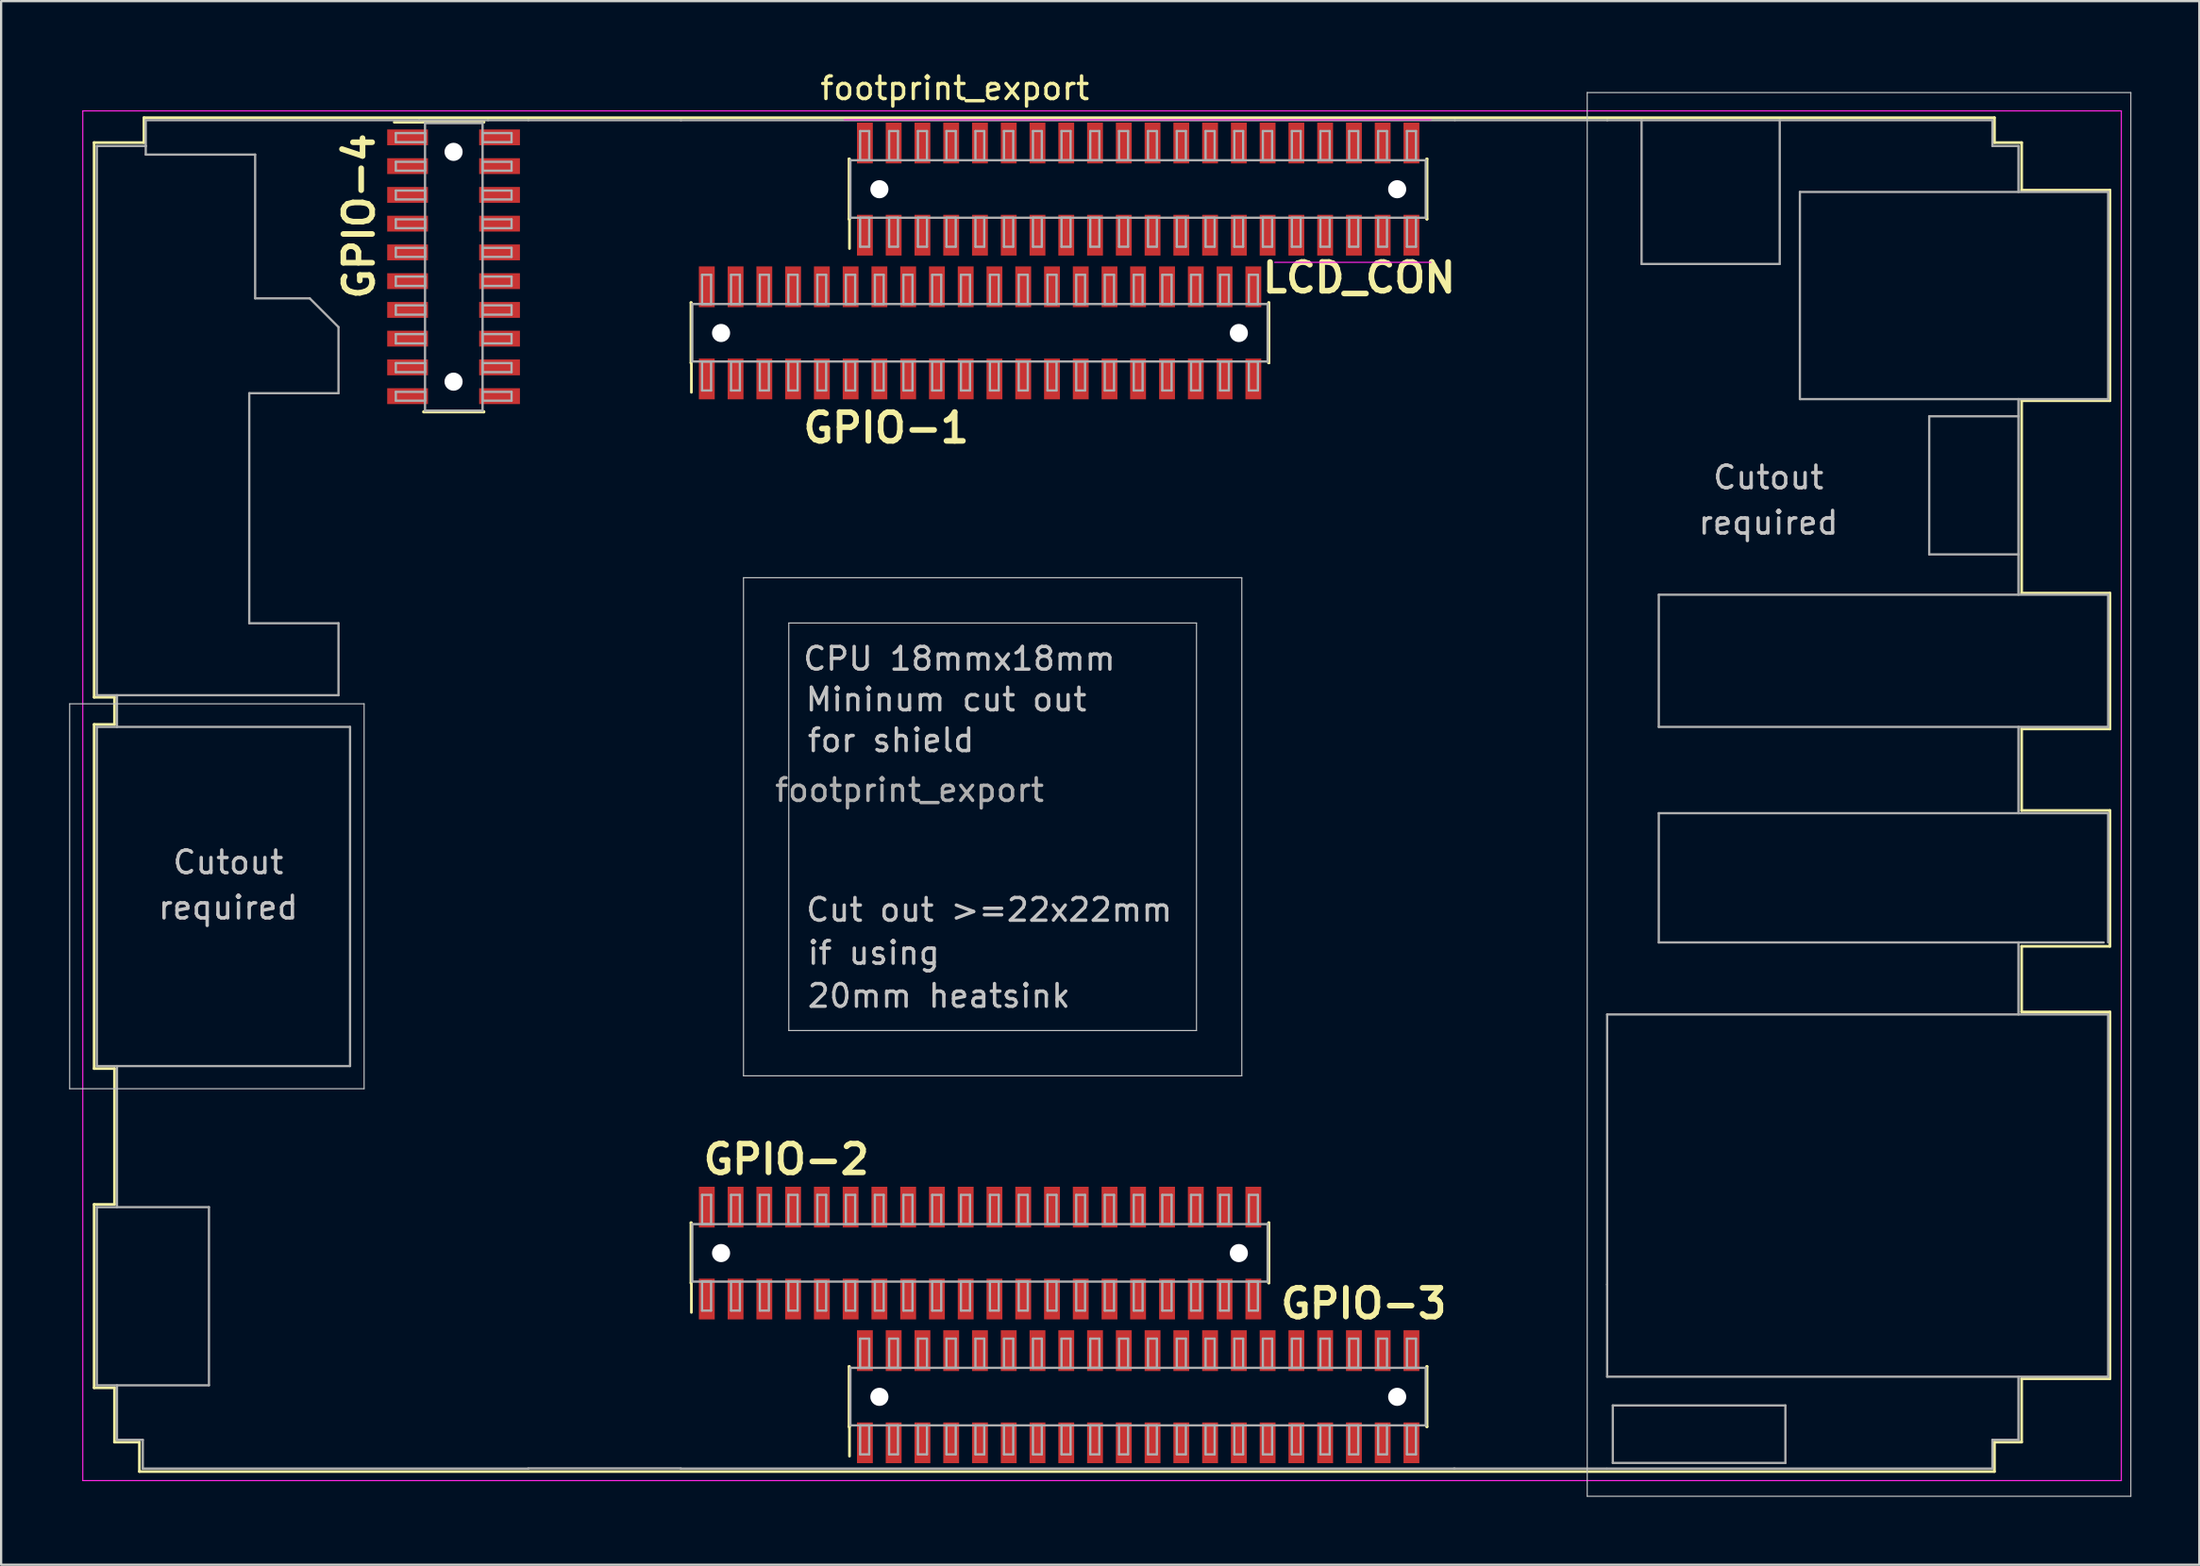
<source format=kicad_pcb>
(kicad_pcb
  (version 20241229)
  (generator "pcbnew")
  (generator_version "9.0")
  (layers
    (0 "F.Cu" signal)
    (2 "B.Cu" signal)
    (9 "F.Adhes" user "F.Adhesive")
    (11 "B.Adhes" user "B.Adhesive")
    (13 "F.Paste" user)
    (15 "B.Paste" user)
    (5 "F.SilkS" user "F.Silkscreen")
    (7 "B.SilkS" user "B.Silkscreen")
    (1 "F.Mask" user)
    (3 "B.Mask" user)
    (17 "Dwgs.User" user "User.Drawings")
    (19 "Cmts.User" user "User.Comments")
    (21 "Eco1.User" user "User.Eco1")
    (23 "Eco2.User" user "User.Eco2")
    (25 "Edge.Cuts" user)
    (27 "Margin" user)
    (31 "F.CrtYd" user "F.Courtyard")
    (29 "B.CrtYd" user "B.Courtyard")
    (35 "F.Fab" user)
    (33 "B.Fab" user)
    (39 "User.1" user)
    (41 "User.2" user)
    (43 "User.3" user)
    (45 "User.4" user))
  (footprint "footprint_export"
    (layer "F.Cu")
    (at 37.105 31.848)
    (property "Reference" "footprint_export" (at 2 -31 0) (layer "F.SilkS") (effects (font (size 1 1) (thickness 0.15))))
    (attr smd)
    (fp_line (start -36 -28.6) (end -36 -4.1) (stroke (width 0.12) (type solid)) (layer "F.SilkS"))
    (fp_line (start -36 -4.1) (end -35.1 -4.1) (stroke (width 0.12) (type solid)) (layer "F.SilkS"))
    (fp_line (start -36 -2.9) (end -36 12.3) (stroke (width 0.12) (type solid)) (layer "F.SilkS"))
    (fp_line (start -36 12.3) (end -35.1 12.3) (stroke (width 0.12) (type solid)) (layer "F.SilkS"))
    (fp_line (start -36 18.3) (end -36 26.4) (stroke (width 0.12) (type solid)) (layer "F.SilkS"))
    (fp_line (start -36 26.4) (end -35.1 26.4) (stroke (width 0.12) (type solid)) (layer "F.SilkS"))
    (fp_line (start -35.1 -4.1) (end -35.1 -2.9) (stroke (width 0.12) (type solid)) (layer "F.SilkS"))
    (fp_line (start -35.1 -2.9) (end -36 -2.9) (stroke (width 0.12) (type solid)) (layer "F.SilkS"))
    (fp_line (start -35.1 12.3) (end -35.1 18.3) (stroke (width 0.12) (type solid)) (layer "F.SilkS"))
    (fp_line (start -35.1 18.3) (end -36 18.3) (stroke (width 0.12) (type solid)) (layer "F.SilkS"))
    (fp_line (start -35.1 26.4) (end -35.1 28.8) (stroke (width 0.12) (type solid)) (layer "F.SilkS"))
    (fp_line (start -35.1 28.8) (end -34 28.8) (stroke (width 0.12) (type solid)) (layer "F.SilkS"))
    (fp_line (start -34 28.8) (end -34 30.1) (stroke (width 0.12) (type solid)) (layer "F.SilkS"))
    (fp_line (start -34 30.1) (end 47.9 30.1) (stroke (width 0.12) (type solid)) (layer "F.SilkS"))
    (fp_line (start -33.8 -29.7) (end -33.8 -28.6) (stroke (width 0.12) (type solid)) (layer "F.SilkS"))
    (fp_line (start -33.8 -28.6) (end -36 -28.6) (stroke (width 0.12) (type solid)) (layer "F.SilkS"))
    (fp_line (start -22.75 -29.5) (end -21.45 -29.5) (stroke (width 0.12) (type solid)) (layer "F.SilkS"))
    (fp_line (start -21.45 -29.52) (end -18.79 -29.52) (stroke (width 0.12) (type solid)) (layer "F.SilkS"))
    (fp_line (start -21.45 -29.5) (end -21.45 -29.52) (stroke (width 0.12) (type solid)) (layer "F.SilkS"))
    (fp_line (start -21.45 -16.72) (end -21.45 -16.7) (stroke (width 0.12) (type solid)) (layer "F.SilkS"))
    (fp_line (start -21.45 -16.7) (end -18.79 -16.7) (stroke (width 0.12) (type solid)) (layer "F.SilkS"))
    (fp_line (start -18.79 -29.52) (end -18.79 -29.5) (stroke (width 0.12) (type solid)) (layer "F.SilkS"))
    (fp_line (start -18.79 -16.7) (end -18.79 -16.72) (stroke (width 0.12) (type solid)) (layer "F.SilkS"))
    (fp_line (start -9.65 -21.53) (end -9.63 -21.53) (stroke (width 0.12) (type solid)) (layer "F.SilkS"))
    (fp_line (start -9.65 -18.87) (end -9.65 -21.53) (stroke (width 0.12) (type solid)) (layer "F.SilkS"))
    (fp_line (start -9.65 19.11) (end -9.63 19.11) (stroke (width 0.12) (type solid)) (layer "F.SilkS"))
    (fp_line (start -9.65 21.77) (end -9.65 19.11) (stroke (width 0.12) (type solid)) (layer "F.SilkS"))
    (fp_line (start -9.63 -18.87) (end -9.65 -18.87) (stroke (width 0.12) (type solid)) (layer "F.SilkS"))
    (fp_line (start -9.63 -17.57) (end -9.63 -18.87) (stroke (width 0.12) (type solid)) (layer "F.SilkS"))
    (fp_line (start -9.63 21.77) (end -9.65 21.77) (stroke (width 0.12) (type solid)) (layer "F.SilkS"))
    (fp_line (start -9.63 23.07) (end -9.63 21.77) (stroke (width 0.12) (type solid)) (layer "F.SilkS"))
    (fp_line (start -2.67 -27.88) (end -2.65 -27.88) (stroke (width 0.12) (type solid)) (layer "F.SilkS"))
    (fp_line (start -2.67 -25.22) (end -2.67 -27.88) (stroke (width 0.12) (type solid)) (layer "F.SilkS"))
    (fp_line (start -2.67 25.46) (end -2.65 25.46) (stroke (width 0.12) (type solid)) (layer "F.SilkS"))
    (fp_line (start -2.67 28.12) (end -2.67 25.46) (stroke (width 0.12) (type solid)) (layer "F.SilkS"))
    (fp_line (start -2.65 -25.22) (end -2.67 -25.22) (stroke (width 0.12) (type solid)) (layer "F.SilkS"))
    (fp_line (start -2.65 -23.92) (end -2.65 -25.22) (stroke (width 0.12) (type solid)) (layer "F.SilkS"))
    (fp_line (start -2.65 28.12) (end -2.67 28.12) (stroke (width 0.12) (type solid)) (layer "F.SilkS"))
    (fp_line (start -2.65 29.42) (end -2.65 28.12) (stroke (width 0.12) (type solid)) (layer "F.SilkS"))
    (fp_line (start 15.85 -18.87) (end 15.87 -18.87) (stroke (width 0.12) (type solid)) (layer "F.SilkS"))
    (fp_line (start 15.85 21.77) (end 15.87 21.77) (stroke (width 0.12) (type solid)) (layer "F.SilkS"))
    (fp_line (start 15.87 -21.53) (end 15.85 -21.53) (stroke (width 0.12) (type solid)) (layer "F.SilkS"))
    (fp_line (start 15.87 -18.87) (end 15.87 -21.53) (stroke (width 0.12) (type solid)) (layer "F.SilkS"))
    (fp_line (start 15.87 19.11) (end 15.85 19.11) (stroke (width 0.12) (type solid)) (layer "F.SilkS"))
    (fp_line (start 15.87 21.77) (end 15.87 19.11) (stroke (width 0.12) (type solid)) (layer "F.SilkS"))
    (fp_line (start 22.83 -25.22) (end 22.85 -25.22) (stroke (width 0.12) (type solid)) (layer "F.SilkS"))
    (fp_line (start 22.83 28.12) (end 22.85 28.12) (stroke (width 0.12) (type solid)) (layer "F.SilkS"))
    (fp_line (start 22.85 -27.88) (end 22.83 -27.88) (stroke (width 0.12) (type solid)) (layer "F.SilkS"))
    (fp_line (start 22.85 -25.22) (end 22.85 -27.88) (stroke (width 0.12) (type solid)) (layer "F.SilkS"))
    (fp_line (start 22.85 25.46) (end 22.83 25.46) (stroke (width 0.12) (type solid)) (layer "F.SilkS"))
    (fp_line (start 22.85 28.12) (end 22.85 25.46) (stroke (width 0.12) (type solid)) (layer "F.SilkS"))
    (fp_line (start 47.9 -29.7) (end -33.8 -29.7) (stroke (width 0.12) (type solid)) (layer "F.SilkS"))
    (fp_line (start 47.9 -28.6) (end 47.9 -29.7) (stroke (width 0.12) (type solid)) (layer "F.SilkS"))
    (fp_line (start 47.9 28.8) (end 49.1 28.8) (stroke (width 0.12) (type solid)) (layer "F.SilkS"))
    (fp_line (start 47.9 30.1) (end 47.9 28.8) (stroke (width 0.12) (type solid)) (layer "F.SilkS"))
    (fp_line (start 49.1 -28.6) (end 47.9 -28.6) (stroke (width 0.12) (type solid)) (layer "F.SilkS"))
    (fp_line (start 49.1 -26.5) (end 49.1 -28.6) (stroke (width 0.12) (type solid)) (layer "F.SilkS"))
    (fp_line (start 49.1 -17.2) (end 53 -17.2) (stroke (width 0.12) (type solid)) (layer "F.SilkS"))
    (fp_line (start 49.1 -8.7) (end 49.1 -17.2) (stroke (width 0.12) (type solid)) (layer "F.SilkS"))
    (fp_line (start 49.1 -2.7) (end 53 -2.7) (stroke (width 0.12) (type solid)) (layer "F.SilkS"))
    (fp_line (start 49.1 0.9) (end 49.1 -2.7) (stroke (width 0.12) (type solid)) (layer "F.SilkS"))
    (fp_line (start 49.1 6.9) (end 53 6.9) (stroke (width 0.12) (type solid)) (layer "F.SilkS"))
    (fp_line (start 49.1 9.8) (end 49.1 6.9) (stroke (width 0.12) (type solid)) (layer "F.SilkS"))
    (fp_line (start 49.1 26) (end 53 26) (stroke (width 0.12) (type solid)) (layer "F.SilkS"))
    (fp_line (start 49.1 28.8) (end 49.1 26) (stroke (width 0.12) (type solid)) (layer "F.SilkS"))
    (fp_line (start 53 -26.5) (end 49.1 -26.5) (stroke (width 0.12) (type solid)) (layer "F.SilkS"))
    (fp_line (start 53 -17.2) (end 53 -26.5) (stroke (width 0.12) (type solid)) (layer "F.SilkS"))
    (fp_line (start 53 -8.7) (end 49.1 -8.7) (stroke (width 0.12) (type solid)) (layer "F.SilkS"))
    (fp_line (start 53 -2.7) (end 53 -8.7) (stroke (width 0.12) (type solid)) (layer "F.SilkS"))
    (fp_line (start 53 0.9) (end 49.1 0.9) (stroke (width 0.12) (type solid)) (layer "F.SilkS"))
    (fp_line (start 53 6.9) (end 53 0.9) (stroke (width 0.12) (type solid)) (layer "F.SilkS"))
    (fp_line (start 53 9.8) (end 49.1 9.8) (stroke (width 0.12) (type solid)) (layer "F.SilkS"))
    (fp_line (start 53 26) (end 53 9.8) (stroke (width 0.12) (type solid)) (layer "F.SilkS"))
    (fp_line (start -37.08 -3.81) (end -37.08 13.19) (stroke (width 0.05) (type solid)) (layer "Dwgs.User"))
    (fp_line (start -37.08 13.19) (end -24.08 13.19) (stroke (width 0.05) (type solid)) (layer "Dwgs.User"))
    (fp_line (start -24.08 -3.81) (end -37.08 -3.81) (stroke (width 0.05) (type solid)) (layer "Dwgs.User"))
    (fp_line (start -24.08 13.19) (end -24.08 -3.81) (stroke (width 0.05) (type solid)) (layer "Dwgs.User"))
    (fp_line (start -7.33 -9.38) (end -7.33 12.62) (stroke (width 0.05) (type solid)) (layer "Dwgs.User"))
    (fp_line (start -7.33 12.62) (end 14.67 12.62) (stroke (width 0.05) (type solid)) (layer "Dwgs.User"))
    (fp_line (start -5.33 -7.38) (end -5.33 10.62) (stroke (width 0.05) (type solid)) (layer "Dwgs.User"))
    (fp_line (start -5.33 10.62) (end 12.67 10.62) (stroke (width 0.05) (type solid)) (layer "Dwgs.User"))
    (fp_line (start 12.67 -7.38) (end -5.33 -7.38) (stroke (width 0.05) (type solid)) (layer "Dwgs.User"))
    (fp_line (start 12.67 10.62) (end 12.67 -7.38) (stroke (width 0.05) (type solid)) (layer "Dwgs.User"))
    (fp_line (start 14.67 -9.38) (end -7.33 -9.38) (stroke (width 0.05) (type solid)) (layer "Dwgs.User"))
    (fp_line (start 14.67 12.62) (end 14.67 -9.38) (stroke (width 0.05) (type solid)) (layer "Dwgs.User"))
    (fp_line (start 29.92 -30.81) (end 53.92 -30.81) (stroke (width 0.05) (type solid)) (layer "Dwgs.User"))
    (fp_line (start 29.92 31.19) (end 29.92 -30.81) (stroke (width 0.05) (type solid)) (layer "Dwgs.User"))
    (fp_line (start 53.92 -30.81) (end 53.92 31.19) (stroke (width 0.05) (type solid)) (layer "Dwgs.User"))
    (fp_line (start 53.92 31.19) (end 29.92 31.19) (stroke (width 0.05) (type solid)) (layer "Dwgs.User"))
    (fp_line (start -36.5 -30) (end -36.5 30.5) (stroke (width 0.05) (type solid)) (layer "F.CrtYd"))
    (fp_line (start -36.5 30.5) (end 53.5 30.5) (stroke (width 0.05) (type solid)) (layer "F.CrtYd"))
    (fp_line (start 16.12 -23.31) (end 23.02 -23.31) (stroke (width 0.05) (type solid)) (layer "F.CrtYd"))
    (fp_line (start 23.02 -29.61) (end -2.88 -29.61) (stroke (width 0.05) (type solid)) (layer "F.CrtYd"))
    (fp_line (start 53.5 -30) (end -36.5 -30) (stroke (width 0.05) (type solid)) (layer "F.CrtYd"))
    (fp_line (start 53.5 30.5) (end 53.5 -30) (stroke (width 0.05) (type solid)) (layer "F.CrtYd"))
    (fp_line (start -35.88 -28.45) (end -33.72 -28.45) (stroke (width 0.1) (type solid)) (layer "F.Fab"))
    (fp_line (start -35.88 -4.19) (end -35.88 -28.45) (stroke (width 0.1) (type solid)) (layer "F.Fab"))
    (fp_line (start -35.88 -4.19) (end -25.21 -4.19) (stroke (width 0.1) (type solid)) (layer "F.Fab"))
    (fp_line (start -35.88 12.19) (end -35.88 -2.79) (stroke (width 0.1) (type solid)) (layer "F.Fab"))
    (fp_line (start -35.88 12.19) (end -24.7 12.19) (stroke (width 0.1) (type solid)) (layer "F.Fab"))
    (fp_line (start -35.88 26.29) (end -35.88 18.42) (stroke (width 0.1) (type solid)) (layer "F.Fab"))
    (fp_line (start -35.88 26.29) (end -30.93 26.29) (stroke (width 0.1) (type solid)) (layer "F.Fab"))
    (fp_line (start -34.99 -2.79) (end -34.99 -4.19) (stroke (width 0.1) (type solid)) (layer "F.Fab"))
    (fp_line (start -34.99 18.42) (end -34.99 12.19) (stroke (width 0.1) (type solid)) (layer "F.Fab"))
    (fp_line (start -34.99 28.7) (end -34.99 26.29) (stroke (width 0.1) (type solid)) (layer "F.Fab"))
    (fp_line (start -33.85 28.7) (end -34.99 28.7) (stroke (width 0.1) (type solid)) (layer "F.Fab"))
    (fp_line (start -33.85 29.97) (end -33.85 28.7) (stroke (width 0.1) (type solid)) (layer "F.Fab"))
    (fp_line (start -33.72 -29.59) (end -21.65 -29.59) (stroke (width 0.1) (type solid)) (layer "F.Fab"))
    (fp_line (start -33.72 -28.45) (end -33.72 -29.59) (stroke (width 0.1) (type solid)) (layer "F.Fab"))
    (fp_line (start -33.72 -28.07) (end -33.72 -28.45) (stroke (width 0.1) (type solid)) (layer "F.Fab"))
    (fp_line (start -30.93 18.42) (end -35.88 18.42) (stroke (width 0.1) (type solid)) (layer "F.Fab"))
    (fp_line (start -30.93 26.29) (end -30.93 18.42) (stroke (width 0.1) (type solid)) (layer "F.Fab"))
    (fp_line (start -29.15 -17.53) (end -25.21 -17.53) (stroke (width 0.1) (type solid)) (layer "F.Fab"))
    (fp_line (start -29.15 -7.37) (end -29.15 -17.53) (stroke (width 0.1) (type solid)) (layer "F.Fab"))
    (fp_line (start -28.89 -28.07) (end -33.72 -28.07) (stroke (width 0.1) (type solid)) (layer "F.Fab"))
    (fp_line (start -28.89 -21.72) (end -28.89 -28.07) (stroke (width 0.1) (type solid)) (layer "F.Fab"))
    (fp_line (start -26.48 -21.72) (end -28.89 -21.72) (stroke (width 0.1) (type solid)) (layer "F.Fab"))
    (fp_line (start -25.21 -20.45) (end -26.48 -21.72) (stroke (width 0.1) (type solid)) (layer "F.Fab"))
    (fp_line (start -25.21 -17.53) (end -25.21 -20.45) (stroke (width 0.1) (type solid)) (layer "F.Fab"))
    (fp_line (start -25.21 -7.37) (end -29.15 -7.37) (stroke (width 0.1) (type solid)) (layer "F.Fab"))
    (fp_line (start -25.21 -4.19) (end -25.21 -7.37) (stroke (width 0.1) (type solid)) (layer "F.Fab"))
    (fp_line (start -24.7 -2.79) (end -35.88 -2.79) (stroke (width 0.1) (type solid)) (layer "F.Fab"))
    (fp_line (start -24.7 12.19) (end -24.7 -2.79) (stroke (width 0.1) (type solid)) (layer "F.Fab"))
    (fp_line (start -22.68 -29.02) (end -21.39 -29.02) (stroke (width 0.1) (type solid)) (layer "F.Fab"))
    (fp_line (start -22.68 -28.62) (end -22.68 -29.02) (stroke (width 0.1) (type solid)) (layer "F.Fab"))
    (fp_line (start -22.68 -27.75) (end -21.39 -27.75) (stroke (width 0.1) (type solid)) (layer "F.Fab"))
    (fp_line (start -22.68 -27.36) (end -22.68 -27.75) (stroke (width 0.1) (type solid)) (layer "F.Fab"))
    (fp_line (start -22.68 -26.48) (end -21.39 -26.48) (stroke (width 0.1) (type solid)) (layer "F.Fab"))
    (fp_line (start -22.68 -26.09) (end -22.68 -26.48) (stroke (width 0.1) (type solid)) (layer "F.Fab"))
    (fp_line (start -22.68 -25.21) (end -21.39 -25.21) (stroke (width 0.1) (type solid)) (layer "F.Fab"))
    (fp_line (start -22.68 -24.82) (end -22.68 -25.21) (stroke (width 0.1) (type solid)) (layer "F.Fab"))
    (fp_line (start -22.68 -23.95) (end -21.39 -23.95) (stroke (width 0.1) (type solid)) (layer "F.Fab"))
    (fp_line (start -22.68 -23.55) (end -22.68 -23.95) (stroke (width 0.1) (type solid)) (layer "F.Fab"))
    (fp_line (start -22.68 -22.68) (end -21.39 -22.68) (stroke (width 0.1) (type solid)) (layer "F.Fab"))
    (fp_line (start -22.68 -22.27) (end -22.68 -22.68) (stroke (width 0.1) (type solid)) (layer "F.Fab"))
    (fp_line (start -22.68 -21.41) (end -21.39 -21.41) (stroke (width 0.1) (type solid)) (layer "F.Fab"))
    (fp_line (start -22.68 -21) (end -22.68 -21.41) (stroke (width 0.1) (type solid)) (layer "F.Fab"))
    (fp_line (start -22.68 -20.14) (end -21.39 -20.14) (stroke (width 0.1) (type solid)) (layer "F.Fab"))
    (fp_line (start -22.68 -19.73) (end -22.68 -20.14) (stroke (width 0.1) (type solid)) (layer "F.Fab"))
    (fp_line (start -22.68 -18.86) (end -21.39 -18.86) (stroke (width 0.1) (type solid)) (layer "F.Fab"))
    (fp_line (start -22.68 -18.46) (end -22.68 -18.86) (stroke (width 0.1) (type solid)) (layer "F.Fab"))
    (fp_line (start -22.68 -17.59) (end -21.39 -17.59) (stroke (width 0.1) (type solid)) (layer "F.Fab"))
    (fp_line (start -22.68 -17.2) (end -22.68 -17.59) (stroke (width 0.1) (type solid)) (layer "F.Fab"))
    (fp_line (start -21.65 -29.59) (end -18.61 -29.59) (stroke (width 0.1) (type solid)) (layer "F.Fab"))
    (fp_line (start -21.39 -29.46) (end -21.39 -16.76) (stroke (width 0.1) (type solid)) (layer "F.Fab"))
    (fp_line (start -21.39 -29.02) (end -21.39 -28.62) (stroke (width 0.1) (type solid)) (layer "F.Fab"))
    (fp_line (start -21.39 -28.62) (end -22.68 -28.62) (stroke (width 0.1) (type solid)) (layer "F.Fab"))
    (fp_line (start -21.39 -27.75) (end -21.39 -27.36) (stroke (width 0.1) (type solid)) (layer "F.Fab"))
    (fp_line (start -21.39 -27.36) (end -22.68 -27.36) (stroke (width 0.1) (type solid)) (layer "F.Fab"))
    (fp_line (start -21.39 -26.48) (end -21.39 -26.09) (stroke (width 0.1) (type solid)) (layer "F.Fab"))
    (fp_line (start -21.39 -26.09) (end -22.68 -26.09) (stroke (width 0.1) (type solid)) (layer "F.Fab"))
    (fp_line (start -21.39 -25.21) (end -21.39 -24.82) (stroke (width 0.1) (type solid)) (layer "F.Fab"))
    (fp_line (start -21.39 -24.82) (end -22.68 -24.82) (stroke (width 0.1) (type solid)) (layer "F.Fab"))
    (fp_line (start -21.39 -23.95) (end -21.39 -23.55) (stroke (width 0.1) (type solid)) (layer "F.Fab"))
    (fp_line (start -21.39 -23.55) (end -22.68 -23.55) (stroke (width 0.1) (type solid)) (layer "F.Fab"))
    (fp_line (start -21.39 -22.68) (end -21.39 -22.27) (stroke (width 0.1) (type solid)) (layer "F.Fab"))
    (fp_line (start -21.39 -22.27) (end -22.68 -22.27) (stroke (width 0.1) (type solid)) (layer "F.Fab"))
    (fp_line (start -21.39 -21.41) (end -21.39 -21) (stroke (width 0.1) (type solid)) (layer "F.Fab"))
    (fp_line (start -21.39 -21) (end -22.68 -21) (stroke (width 0.1) (type solid)) (layer "F.Fab"))
    (fp_line (start -21.39 -20.14) (end -21.39 -19.73) (stroke (width 0.1) (type solid)) (layer "F.Fab"))
    (fp_line (start -21.39 -19.73) (end -22.68 -19.73) (stroke (width 0.1) (type solid)) (layer "F.Fab"))
    (fp_line (start -21.39 -18.86) (end -21.39 -18.46) (stroke (width 0.1) (type solid)) (layer "F.Fab"))
    (fp_line (start -21.39 -18.46) (end -22.68 -18.46) (stroke (width 0.1) (type solid)) (layer "F.Fab"))
    (fp_line (start -21.39 -17.59) (end -21.39 -17.2) (stroke (width 0.1) (type solid)) (layer "F.Fab"))
    (fp_line (start -21.39 -17.2) (end -22.68 -17.2) (stroke (width 0.1) (type solid)) (layer "F.Fab"))
    (fp_line (start -21.39 -16.76) (end -18.85 -16.76) (stroke (width 0.1) (type solid)) (layer "F.Fab"))
    (fp_line (start -18.85 -29.46) (end -21.39 -29.46) (stroke (width 0.1) (type solid)) (layer "F.Fab"))
    (fp_line (start -18.85 -29.02) (end -18.85 -28.62) (stroke (width 0.1) (type solid)) (layer "F.Fab"))
    (fp_line (start -18.85 -28.62) (end -17.57 -28.62) (stroke (width 0.1) (type solid)) (layer "F.Fab"))
    (fp_line (start -18.85 -27.75) (end -18.85 -27.36) (stroke (width 0.1) (type solid)) (layer "F.Fab"))
    (fp_line (start -18.85 -27.36) (end -17.57 -27.36) (stroke (width 0.1) (type solid)) (layer "F.Fab"))
    (fp_line (start -18.85 -26.48) (end -18.85 -26.09) (stroke (width 0.1) (type solid)) (layer "F.Fab"))
    (fp_line (start -18.85 -26.09) (end -17.57 -26.09) (stroke (width 0.1) (type solid)) (layer "F.Fab"))
    (fp_line (start -18.85 -25.21) (end -18.85 -24.82) (stroke (width 0.1) (type solid)) (layer "F.Fab"))
    (fp_line (start -18.85 -24.82) (end -17.57 -24.82) (stroke (width 0.1) (type solid)) (layer "F.Fab"))
    (fp_line (start -18.85 -23.95) (end -18.85 -23.55) (stroke (width 0.1) (type solid)) (layer "F.Fab"))
    (fp_line (start -18.85 -23.55) (end -17.57 -23.55) (stroke (width 0.1) (type solid)) (layer "F.Fab"))
    (fp_line (start -18.85 -22.68) (end -18.85 -22.27) (stroke (width 0.1) (type solid)) (layer "F.Fab"))
    (fp_line (start -18.85 -22.27) (end -17.57 -22.27) (stroke (width 0.1) (type solid)) (layer "F.Fab"))
    (fp_line (start -18.85 -21.41) (end -18.85 -21) (stroke (width 0.1) (type solid)) (layer "F.Fab"))
    (fp_line (start -18.85 -21) (end -17.57 -21) (stroke (width 0.1) (type solid)) (layer "F.Fab"))
    (fp_line (start -18.85 -20.14) (end -18.85 -19.73) (stroke (width 0.1) (type solid)) (layer "F.Fab"))
    (fp_line (start -18.85 -19.73) (end -17.57 -19.73) (stroke (width 0.1) (type solid)) (layer "F.Fab"))
    (fp_line (start -18.85 -18.86) (end -18.85 -18.46) (stroke (width 0.1) (type solid)) (layer "F.Fab"))
    (fp_line (start -18.85 -18.46) (end -17.57 -18.46) (stroke (width 0.1) (type solid)) (layer "F.Fab"))
    (fp_line (start -18.85 -17.59) (end -18.85 -17.2) (stroke (width 0.1) (type solid)) (layer "F.Fab"))
    (fp_line (start -18.85 -17.2) (end -17.57 -17.2) (stroke (width 0.1) (type solid)) (layer "F.Fab"))
    (fp_line (start -18.85 -16.76) (end -18.85 -29.46) (stroke (width 0.1) (type solid)) (layer "F.Fab"))
    (fp_line (start -18.61 -29.59) (end -16.83 -29.59) (stroke (width 0.1) (type solid)) (layer "F.Fab"))
    (fp_line (start -17.57 -29.02) (end -18.85 -29.02) (stroke (width 0.1) (type solid)) (layer "F.Fab"))
    (fp_line (start -17.57 -28.62) (end -17.57 -29.02) (stroke (width 0.1) (type solid)) (layer "F.Fab"))
    (fp_line (start -17.57 -27.75) (end -18.85 -27.75) (stroke (width 0.1) (type solid)) (layer "F.Fab"))
    (fp_line (start -17.57 -27.36) (end -17.57 -27.75) (stroke (width 0.1) (type solid)) (layer "F.Fab"))
    (fp_line (start -17.57 -26.48) (end -18.85 -26.48) (stroke (width 0.1) (type solid)) (layer "F.Fab"))
    (fp_line (start -17.57 -26.09) (end -17.57 -26.48) (stroke (width 0.1) (type solid)) (layer "F.Fab"))
    (fp_line (start -17.57 -25.21) (end -18.85 -25.21) (stroke (width 0.1) (type solid)) (layer "F.Fab"))
    (fp_line (start -17.57 -24.82) (end -17.57 -25.21) (stroke (width 0.1) (type solid)) (layer "F.Fab"))
    (fp_line (start -17.57 -23.95) (end -18.85 -23.95) (stroke (width 0.1) (type solid)) (layer "F.Fab"))
    (fp_line (start -17.57 -23.55) (end -17.57 -23.95) (stroke (width 0.1) (type solid)) (layer "F.Fab"))
    (fp_line (start -17.57 -22.68) (end -18.85 -22.68) (stroke (width 0.1) (type solid)) (layer "F.Fab"))
    (fp_line (start -17.57 -22.27) (end -17.57 -22.68) (stroke (width 0.1) (type solid)) (layer "F.Fab"))
    (fp_line (start -17.57 -21.41) (end -18.85 -21.41) (stroke (width 0.1) (type solid)) (layer "F.Fab"))
    (fp_line (start -17.57 -21) (end -17.57 -21.41) (stroke (width 0.1) (type solid)) (layer "F.Fab"))
    (fp_line (start -17.57 -20.14) (end -18.85 -20.14) (stroke (width 0.1) (type solid)) (layer "F.Fab"))
    (fp_line (start -17.57 -19.73) (end -17.57 -20.14) (stroke (width 0.1) (type solid)) (layer "F.Fab"))
    (fp_line (start -17.57 -18.86) (end -18.85 -18.86) (stroke (width 0.1) (type solid)) (layer "F.Fab"))
    (fp_line (start -17.57 -18.46) (end -17.57 -18.86) (stroke (width 0.1) (type solid)) (layer "F.Fab"))
    (fp_line (start -17.57 -17.59) (end -18.85 -17.59) (stroke (width 0.1) (type solid)) (layer "F.Fab"))
    (fp_line (start -17.57 -17.2) (end -17.57 -17.59) (stroke (width 0.1) (type solid)) (layer "F.Fab"))
    (fp_line (start -16.83 29.97) (end -33.85 29.97) (stroke (width 0.1) (type solid)) (layer "F.Fab"))
    (fp_line (start -16.82 -29.59) (end -10.08 -29.59) (stroke (width 0.1) (type solid)) (layer "F.Fab"))
    (fp_line (start -10.1 -29.59) (end 24.07 -29.59) (stroke (width 0.1) (type solid)) (layer "F.Fab"))
    (fp_line (start -10.1 29.96) (end -16.83 29.96) (stroke (width 0.1) (type solid)) (layer "F.Fab"))
    (fp_line (start -9.59 -21.47) (end -9.59 -18.93) (stroke (width 0.1) (type solid)) (layer "F.Fab"))
    (fp_line (start -9.59 -18.93) (end 15.81 -18.93) (stroke (width 0.1) (type solid)) (layer "F.Fab"))
    (fp_line (start -9.59 19.17) (end -9.59 21.71) (stroke (width 0.1) (type solid)) (layer "F.Fab"))
    (fp_line (start -9.59 21.71) (end 15.81 21.71) (stroke (width 0.1) (type solid)) (layer "F.Fab"))
    (fp_line (start -9.16 -22.76) (end -9.16 -21.47) (stroke (width 0.1) (type solid)) (layer "F.Fab"))
    (fp_line (start -9.16 -21.47) (end -8.76 -21.47) (stroke (width 0.1) (type solid)) (layer "F.Fab"))
    (fp_line (start -9.16 -18.93) (end -8.76 -18.93) (stroke (width 0.1) (type solid)) (layer "F.Fab"))
    (fp_line (start -9.16 -17.65) (end -9.16 -18.93) (stroke (width 0.1) (type solid)) (layer "F.Fab"))
    (fp_line (start -9.16 17.88) (end -9.16 19.17) (stroke (width 0.1) (type solid)) (layer "F.Fab"))
    (fp_line (start -9.16 19.17) (end -8.76 19.17) (stroke (width 0.1) (type solid)) (layer "F.Fab"))
    (fp_line (start -9.16 21.71) (end -8.76 21.71) (stroke (width 0.1) (type solid)) (layer "F.Fab"))
    (fp_line (start -9.16 22.99) (end -9.16 21.71) (stroke (width 0.1) (type solid)) (layer "F.Fab"))
    (fp_line (start -8.76 -22.76) (end -9.16 -22.76) (stroke (width 0.1) (type solid)) (layer "F.Fab"))
    (fp_line (start -8.76 -21.47) (end -8.76 -22.76) (stroke (width 0.1) (type solid)) (layer "F.Fab"))
    (fp_line (start -8.76 -18.93) (end -8.76 -17.65) (stroke (width 0.1) (type solid)) (layer "F.Fab"))
    (fp_line (start -8.76 -17.65) (end -9.16 -17.65) (stroke (width 0.1) (type solid)) (layer "F.Fab"))
    (fp_line (start -8.76 17.88) (end -9.16 17.88) (stroke (width 0.1) (type solid)) (layer "F.Fab"))
    (fp_line (start -8.76 19.17) (end -8.76 17.88) (stroke (width 0.1) (type solid)) (layer "F.Fab"))
    (fp_line (start -8.76 21.71) (end -8.76 22.99) (stroke (width 0.1) (type solid)) (layer "F.Fab"))
    (fp_line (start -8.76 22.99) (end -9.16 22.99) (stroke (width 0.1) (type solid)) (layer "F.Fab"))
    (fp_line (start -7.88 -22.76) (end -7.88 -21.47) (stroke (width 0.1) (type solid)) (layer "F.Fab"))
    (fp_line (start -7.88 -21.47) (end -7.49 -21.47) (stroke (width 0.1) (type solid)) (layer "F.Fab"))
    (fp_line (start -7.88 -18.93) (end -7.49 -18.93) (stroke (width 0.1) (type solid)) (layer "F.Fab"))
    (fp_line (start -7.88 -17.65) (end -7.88 -18.93) (stroke (width 0.1) (type solid)) (layer "F.Fab"))
    (fp_line (start -7.88 17.88) (end -7.88 19.17) (stroke (width 0.1) (type solid)) (layer "F.Fab"))
    (fp_line (start -7.88 19.17) (end -7.49 19.17) (stroke (width 0.1) (type solid)) (layer "F.Fab"))
    (fp_line (start -7.88 21.71) (end -7.49 21.71) (stroke (width 0.1) (type solid)) (layer "F.Fab"))
    (fp_line (start -7.88 22.99) (end -7.88 21.71) (stroke (width 0.1) (type solid)) (layer "F.Fab"))
    (fp_line (start -7.49 -22.76) (end -7.88 -22.76) (stroke (width 0.1) (type solid)) (layer "F.Fab"))
    (fp_line (start -7.49 -21.47) (end -7.49 -22.76) (stroke (width 0.1) (type solid)) (layer "F.Fab"))
    (fp_line (start -7.49 -18.93) (end -7.49 -17.65) (stroke (width 0.1) (type solid)) (layer "F.Fab"))
    (fp_line (start -7.49 -17.65) (end -7.88 -17.65) (stroke (width 0.1) (type solid)) (layer "F.Fab"))
    (fp_line (start -7.49 17.88) (end -7.88 17.88) (stroke (width 0.1) (type solid)) (layer "F.Fab"))
    (fp_line (start -7.49 19.17) (end -7.49 17.88) (stroke (width 0.1) (type solid)) (layer "F.Fab"))
    (fp_line (start -7.49 21.71) (end -7.49 22.99) (stroke (width 0.1) (type solid)) (layer "F.Fab"))
    (fp_line (start -7.49 22.99) (end -7.88 22.99) (stroke (width 0.1) (type solid)) (layer "F.Fab"))
    (fp_line (start -6.61 -22.76) (end -6.61 -21.47) (stroke (width 0.1) (type solid)) (layer "F.Fab"))
    (fp_line (start -6.61 -21.47) (end -6.21 -21.47) (stroke (width 0.1) (type solid)) (layer "F.Fab"))
    (fp_line (start -6.61 -18.93) (end -6.21 -18.93) (stroke (width 0.1) (type solid)) (layer "F.Fab"))
    (fp_line (start -6.61 -17.65) (end -6.61 -18.93) (stroke (width 0.1) (type solid)) (layer "F.Fab"))
    (fp_line (start -6.61 17.88) (end -6.61 19.17) (stroke (width 0.1) (type solid)) (layer "F.Fab"))
    (fp_line (start -6.61 19.17) (end -6.21 19.17) (stroke (width 0.1) (type solid)) (layer "F.Fab"))
    (fp_line (start -6.61 21.71) (end -6.21 21.71) (stroke (width 0.1) (type solid)) (layer "F.Fab"))
    (fp_line (start -6.61 22.99) (end -6.61 21.71) (stroke (width 0.1) (type solid)) (layer "F.Fab"))
    (fp_line (start -6.21 -22.76) (end -6.61 -22.76) (stroke (width 0.1) (type solid)) (layer "F.Fab"))
    (fp_line (start -6.21 -21.47) (end -6.21 -22.76) (stroke (width 0.1) (type solid)) (layer "F.Fab"))
    (fp_line (start -6.21 -18.93) (end -6.21 -17.65) (stroke (width 0.1) (type solid)) (layer "F.Fab"))
    (fp_line (start -6.21 -17.65) (end -6.61 -17.65) (stroke (width 0.1) (type solid)) (layer "F.Fab"))
    (fp_line (start -6.21 17.88) (end -6.61 17.88) (stroke (width 0.1) (type solid)) (layer "F.Fab"))
    (fp_line (start -6.21 19.17) (end -6.21 17.88) (stroke (width 0.1) (type solid)) (layer "F.Fab"))
    (fp_line (start -6.21 21.71) (end -6.21 22.99) (stroke (width 0.1) (type solid)) (layer "F.Fab"))
    (fp_line (start -6.21 22.99) (end -6.61 22.99) (stroke (width 0.1) (type solid)) (layer "F.Fab"))
    (fp_line (start -5.35 -22.76) (end -5.35 -21.47) (stroke (width 0.1) (type solid)) (layer "F.Fab"))
    (fp_line (start -5.35 -21.47) (end -4.94 -21.47) (stroke (width 0.1) (type solid)) (layer "F.Fab"))
    (fp_line (start -5.35 -18.93) (end -4.94 -18.93) (stroke (width 0.1) (type solid)) (layer "F.Fab"))
    (fp_line (start -5.35 -17.65) (end -5.35 -18.93) (stroke (width 0.1) (type solid)) (layer "F.Fab"))
    (fp_line (start -5.35 17.88) (end -5.35 19.17) (stroke (width 0.1) (type solid)) (layer "F.Fab"))
    (fp_line (start -5.35 19.17) (end -4.94 19.17) (stroke (width 0.1) (type solid)) (layer "F.Fab"))
    (fp_line (start -5.35 21.71) (end -4.94 21.71) (stroke (width 0.1) (type solid)) (layer "F.Fab"))
    (fp_line (start -5.35 22.99) (end -5.35 21.71) (stroke (width 0.1) (type solid)) (layer "F.Fab"))
    (fp_line (start -4.94 -22.76) (end -5.35 -22.76) (stroke (width 0.1) (type solid)) (layer "F.Fab"))
    (fp_line (start -4.94 -21.47) (end -4.94 -22.76) (stroke (width 0.1) (type solid)) (layer "F.Fab"))
    (fp_line (start -4.94 -18.93) (end -4.94 -17.65) (stroke (width 0.1) (type solid)) (layer "F.Fab"))
    (fp_line (start -4.94 -17.65) (end -5.35 -17.65) (stroke (width 0.1) (type solid)) (layer "F.Fab"))
    (fp_line (start -4.94 17.88) (end -5.35 17.88) (stroke (width 0.1) (type solid)) (layer "F.Fab"))
    (fp_line (start -4.94 19.17) (end -4.94 17.88) (stroke (width 0.1) (type solid)) (layer "F.Fab"))
    (fp_line (start -4.94 21.71) (end -4.94 22.99) (stroke (width 0.1) (type solid)) (layer "F.Fab"))
    (fp_line (start -4.94 22.99) (end -5.35 22.99) (stroke (width 0.1) (type solid)) (layer "F.Fab"))
    (fp_line (start -4.07 -22.76) (end -4.07 -21.47) (stroke (width 0.1) (type solid)) (layer "F.Fab"))
    (fp_line (start -4.07 -21.47) (end -3.68 -21.47) (stroke (width 0.1) (type solid)) (layer "F.Fab"))
    (fp_line (start -4.07 -18.93) (end -3.68 -18.93) (stroke (width 0.1) (type solid)) (layer "F.Fab"))
    (fp_line (start -4.07 -17.65) (end -4.07 -18.93) (stroke (width 0.1) (type solid)) (layer "F.Fab"))
    (fp_line (start -4.07 17.88) (end -4.07 19.17) (stroke (width 0.1) (type solid)) (layer "F.Fab"))
    (fp_line (start -4.07 19.17) (end -3.68 19.17) (stroke (width 0.1) (type solid)) (layer "F.Fab"))
    (fp_line (start -4.07 21.71) (end -3.68 21.71) (stroke (width 0.1) (type solid)) (layer "F.Fab"))
    (fp_line (start -4.07 22.99) (end -4.07 21.71) (stroke (width 0.1) (type solid)) (layer "F.Fab"))
    (fp_line (start -3.68 -22.76) (end -4.07 -22.76) (stroke (width 0.1) (type solid)) (layer "F.Fab"))
    (fp_line (start -3.68 -21.47) (end -3.68 -22.76) (stroke (width 0.1) (type solid)) (layer "F.Fab"))
    (fp_line (start -3.68 -18.93) (end -3.68 -17.65) (stroke (width 0.1) (type solid)) (layer "F.Fab"))
    (fp_line (start -3.68 -17.65) (end -4.07 -17.65) (stroke (width 0.1) (type solid)) (layer "F.Fab"))
    (fp_line (start -3.68 17.88) (end -4.07 17.88) (stroke (width 0.1) (type solid)) (layer "F.Fab"))
    (fp_line (start -3.68 19.17) (end -3.68 17.88) (stroke (width 0.1) (type solid)) (layer "F.Fab"))
    (fp_line (start -3.68 21.71) (end -3.68 22.99) (stroke (width 0.1) (type solid)) (layer "F.Fab"))
    (fp_line (start -3.68 22.99) (end -4.07 22.99) (stroke (width 0.1) (type solid)) (layer "F.Fab"))
    (fp_line (start -2.81 -22.76) (end -2.81 -21.47) (stroke (width 0.1) (type solid)) (layer "F.Fab"))
    (fp_line (start -2.81 -21.47) (end -2.4 -21.47) (stroke (width 0.1) (type solid)) (layer "F.Fab"))
    (fp_line (start -2.81 -18.93) (end -2.4 -18.93) (stroke (width 0.1) (type solid)) (layer "F.Fab"))
    (fp_line (start -2.81 -17.65) (end -2.81 -18.93) (stroke (width 0.1) (type solid)) (layer "F.Fab"))
    (fp_line (start -2.81 17.88) (end -2.81 19.17) (stroke (width 0.1) (type solid)) (layer "F.Fab"))
    (fp_line (start -2.81 19.17) (end -2.4 19.17) (stroke (width 0.1) (type solid)) (layer "F.Fab"))
    (fp_line (start -2.81 21.71) (end -2.4 21.71) (stroke (width 0.1) (type solid)) (layer "F.Fab"))
    (fp_line (start -2.81 22.99) (end -2.81 21.71) (stroke (width 0.1) (type solid)) (layer "F.Fab"))
    (fp_line (start -2.61 -27.82) (end -2.61 -25.28) (stroke (width 0.1) (type solid)) (layer "F.Fab"))
    (fp_line (start -2.61 -25.28) (end 22.79 -25.28) (stroke (width 0.1) (type solid)) (layer "F.Fab"))
    (fp_line (start -2.61 25.52) (end -2.61 28.06) (stroke (width 0.1) (type solid)) (layer "F.Fab"))
    (fp_line (start -2.61 28.06) (end 22.79 28.06) (stroke (width 0.1) (type solid)) (layer "F.Fab"))
    (fp_line (start -2.4 -22.76) (end -2.81 -22.76) (stroke (width 0.1) (type solid)) (layer "F.Fab"))
    (fp_line (start -2.4 -21.47) (end -2.4 -22.76) (stroke (width 0.1) (type solid)) (layer "F.Fab"))
    (fp_line (start -2.4 -18.93) (end -2.4 -17.65) (stroke (width 0.1) (type solid)) (layer "F.Fab"))
    (fp_line (start -2.4 -17.65) (end -2.81 -17.65) (stroke (width 0.1) (type solid)) (layer "F.Fab"))
    (fp_line (start -2.4 17.88) (end -2.81 17.88) (stroke (width 0.1) (type solid)) (layer "F.Fab"))
    (fp_line (start -2.4 19.17) (end -2.4 17.88) (stroke (width 0.1) (type solid)) (layer "F.Fab"))
    (fp_line (start -2.4 21.71) (end -2.4 22.99) (stroke (width 0.1) (type solid)) (layer "F.Fab"))
    (fp_line (start -2.4 22.99) (end -2.81 22.99) (stroke (width 0.1) (type solid)) (layer "F.Fab"))
    (fp_line (start -2.18 -29.11) (end -2.18 -27.82) (stroke (width 0.1) (type solid)) (layer "F.Fab"))
    (fp_line (start -2.18 -27.82) (end -1.78 -27.82) (stroke (width 0.1) (type solid)) (layer "F.Fab"))
    (fp_line (start -2.18 -25.28) (end -1.78 -25.28) (stroke (width 0.1) (type solid)) (layer "F.Fab"))
    (fp_line (start -2.18 -24) (end -2.18 -25.28) (stroke (width 0.1) (type solid)) (layer "F.Fab"))
    (fp_line (start -2.18 24.23) (end -2.18 25.52) (stroke (width 0.1) (type solid)) (layer "F.Fab"))
    (fp_line (start -2.18 25.52) (end -1.78 25.52) (stroke (width 0.1) (type solid)) (layer "F.Fab"))
    (fp_line (start -2.18 28.06) (end -1.78 28.06) (stroke (width 0.1) (type solid)) (layer "F.Fab"))
    (fp_line (start -2.18 29.34) (end -2.18 28.06) (stroke (width 0.1) (type solid)) (layer "F.Fab"))
    (fp_line (start -1.78 -29.11) (end -2.18 -29.11) (stroke (width 0.1) (type solid)) (layer "F.Fab"))
    (fp_line (start -1.78 -27.82) (end -1.78 -29.11) (stroke (width 0.1) (type solid)) (layer "F.Fab"))
    (fp_line (start -1.78 -25.28) (end -1.78 -24) (stroke (width 0.1) (type solid)) (layer "F.Fab"))
    (fp_line (start -1.78 -24) (end -2.18 -24) (stroke (width 0.1) (type solid)) (layer "F.Fab"))
    (fp_line (start -1.78 24.23) (end -2.18 24.23) (stroke (width 0.1) (type solid)) (layer "F.Fab"))
    (fp_line (start -1.78 25.52) (end -1.78 24.23) (stroke (width 0.1) (type solid)) (layer "F.Fab"))
    (fp_line (start -1.78 28.06) (end -1.78 29.34) (stroke (width 0.1) (type solid)) (layer "F.Fab"))
    (fp_line (start -1.78 29.34) (end -2.18 29.34) (stroke (width 0.1) (type solid)) (layer "F.Fab"))
    (fp_line (start -1.53 -22.76) (end -1.53 -21.47) (stroke (width 0.1) (type solid)) (layer "F.Fab"))
    (fp_line (start -1.53 -21.47) (end -1.14 -21.47) (stroke (width 0.1) (type solid)) (layer "F.Fab"))
    (fp_line (start -1.53 -18.93) (end -1.14 -18.93) (stroke (width 0.1) (type solid)) (layer "F.Fab"))
    (fp_line (start -1.53 -17.65) (end -1.53 -18.93) (stroke (width 0.1) (type solid)) (layer "F.Fab"))
    (fp_line (start -1.53 17.88) (end -1.53 19.17) (stroke (width 0.1) (type solid)) (layer "F.Fab"))
    (fp_line (start -1.53 19.17) (end -1.14 19.17) (stroke (width 0.1) (type solid)) (layer "F.Fab"))
    (fp_line (start -1.53 21.71) (end -1.14 21.71) (stroke (width 0.1) (type solid)) (layer "F.Fab"))
    (fp_line (start -1.53 22.99) (end -1.53 21.71) (stroke (width 0.1) (type solid)) (layer "F.Fab"))
    (fp_line (start -1.14 -22.76) (end -1.53 -22.76) (stroke (width 0.1) (type solid)) (layer "F.Fab"))
    (fp_line (start -1.14 -21.47) (end -1.14 -22.76) (stroke (width 0.1) (type solid)) (layer "F.Fab"))
    (fp_line (start -1.14 -18.93) (end -1.14 -17.65) (stroke (width 0.1) (type solid)) (layer "F.Fab"))
    (fp_line (start -1.14 -17.65) (end -1.53 -17.65) (stroke (width 0.1) (type solid)) (layer "F.Fab"))
    (fp_line (start -1.14 17.88) (end -1.53 17.88) (stroke (width 0.1) (type solid)) (layer "F.Fab"))
    (fp_line (start -1.14 19.17) (end -1.14 17.88) (stroke (width 0.1) (type solid)) (layer "F.Fab"))
    (fp_line (start -1.14 21.71) (end -1.14 22.99) (stroke (width 0.1) (type solid)) (layer "F.Fab"))
    (fp_line (start -1.14 22.99) (end -1.53 22.99) (stroke (width 0.1) (type solid)) (layer "F.Fab"))
    (fp_line (start -0.9 -29.11) (end -0.9 -27.82) (stroke (width 0.1) (type solid)) (layer "F.Fab"))
    (fp_line (start -0.9 -27.82) (end -0.51 -27.82) (stroke (width 0.1) (type solid)) (layer "F.Fab"))
    (fp_line (start -0.9 -25.28) (end -0.51 -25.28) (stroke (width 0.1) (type solid)) (layer "F.Fab"))
    (fp_line (start -0.9 -24) (end -0.9 -25.28) (stroke (width 0.1) (type solid)) (layer "F.Fab"))
    (fp_line (start -0.9 24.23) (end -0.9 25.52) (stroke (width 0.1) (type solid)) (layer "F.Fab"))
    (fp_line (start -0.9 25.52) (end -0.51 25.52) (stroke (width 0.1) (type solid)) (layer "F.Fab"))
    (fp_line (start -0.9 28.06) (end -0.51 28.06) (stroke (width 0.1) (type solid)) (layer "F.Fab"))
    (fp_line (start -0.9 29.34) (end -0.9 28.06) (stroke (width 0.1) (type solid)) (layer "F.Fab"))
    (fp_line (start -0.51 -29.11) (end -0.9 -29.11) (stroke (width 0.1) (type solid)) (layer "F.Fab"))
    (fp_line (start -0.51 -27.82) (end -0.51 -29.11) (stroke (width 0.1) (type solid)) (layer "F.Fab"))
    (fp_line (start -0.51 -25.28) (end -0.51 -24) (stroke (width 0.1) (type solid)) (layer "F.Fab"))
    (fp_line (start -0.51 -24) (end -0.9 -24) (stroke (width 0.1) (type solid)) (layer "F.Fab"))
    (fp_line (start -0.51 24.23) (end -0.9 24.23) (stroke (width 0.1) (type solid)) (layer "F.Fab"))
    (fp_line (start -0.51 25.52) (end -0.51 24.23) (stroke (width 0.1) (type solid)) (layer "F.Fab"))
    (fp_line (start -0.51 28.06) (end -0.51 29.34) (stroke (width 0.1) (type solid)) (layer "F.Fab"))
    (fp_line (start -0.51 29.34) (end -0.9 29.34) (stroke (width 0.1) (type solid)) (layer "F.Fab"))
    (fp_line (start -0.27 -22.76) (end -0.27 -21.47) (stroke (width 0.1) (type solid)) (layer "F.Fab"))
    (fp_line (start -0.27 -21.47) (end 0.13 -21.47) (stroke (width 0.1) (type solid)) (layer "F.Fab"))
    (fp_line (start -0.27 -18.93) (end 0.13 -18.93) (stroke (width 0.1) (type solid)) (layer "F.Fab"))
    (fp_line (start -0.27 -17.65) (end -0.27 -18.93) (stroke (width 0.1) (type solid)) (layer "F.Fab"))
    (fp_line (start -0.27 17.88) (end -0.27 19.17) (stroke (width 0.1) (type solid)) (layer "F.Fab"))
    (fp_line (start -0.27 19.17) (end 0.13 19.17) (stroke (width 0.1) (type solid)) (layer "F.Fab"))
    (fp_line (start -0.27 21.71) (end 0.13 21.71) (stroke (width 0.1) (type solid)) (layer "F.Fab"))
    (fp_line (start -0.27 22.99) (end -0.27 21.71) (stroke (width 0.1) (type solid)) (layer "F.Fab"))
    (fp_line (start 0.13 -22.76) (end -0.27 -22.76) (stroke (width 0.1) (type solid)) (layer "F.Fab"))
    (fp_line (start 0.13 -21.47) (end 0.13 -22.76) (stroke (width 0.1) (type solid)) (layer "F.Fab"))
    (fp_line (start 0.13 -18.93) (end 0.13 -17.65) (stroke (width 0.1) (type solid)) (layer "F.Fab"))
    (fp_line (start 0.13 -17.65) (end -0.27 -17.65) (stroke (width 0.1) (type solid)) (layer "F.Fab"))
    (fp_line (start 0.13 17.88) (end -0.27 17.88) (stroke (width 0.1) (type solid)) (layer "F.Fab"))
    (fp_line (start 0.13 19.17) (end 0.13 17.88) (stroke (width 0.1) (type solid)) (layer "F.Fab"))
    (fp_line (start 0.13 21.71) (end 0.13 22.99) (stroke (width 0.1) (type solid)) (layer "F.Fab"))
    (fp_line (start 0.13 22.99) (end -0.27 22.99) (stroke (width 0.1) (type solid)) (layer "F.Fab"))
    (fp_line (start 0.37 -29.11) (end 0.37 -27.82) (stroke (width 0.1) (type solid)) (layer "F.Fab"))
    (fp_line (start 0.37 -27.82) (end 0.77 -27.82) (stroke (width 0.1) (type solid)) (layer "F.Fab"))
    (fp_line (start 0.37 -25.28) (end 0.77 -25.28) (stroke (width 0.1) (type solid)) (layer "F.Fab"))
    (fp_line (start 0.37 -24) (end 0.37 -25.28) (stroke (width 0.1) (type solid)) (layer "F.Fab"))
    (fp_line (start 0.37 24.23) (end 0.37 25.52) (stroke (width 0.1) (type solid)) (layer "F.Fab"))
    (fp_line (start 0.37 25.52) (end 0.77 25.52) (stroke (width 0.1) (type solid)) (layer "F.Fab"))
    (fp_line (start 0.37 28.06) (end 0.77 28.06) (stroke (width 0.1) (type solid)) (layer "F.Fab"))
    (fp_line (start 0.37 29.34) (end 0.37 28.06) (stroke (width 0.1) (type solid)) (layer "F.Fab"))
    (fp_line (start 0.77 -29.11) (end 0.37 -29.11) (stroke (width 0.1) (type solid)) (layer "F.Fab"))
    (fp_line (start 0.77 -27.82) (end 0.77 -29.11) (stroke (width 0.1) (type solid)) (layer "F.Fab"))
    (fp_line (start 0.77 -25.28) (end 0.77 -24) (stroke (width 0.1) (type solid)) (layer "F.Fab"))
    (fp_line (start 0.77 -24) (end 0.37 -24) (stroke (width 0.1) (type solid)) (layer "F.Fab"))
    (fp_line (start 0.77 24.23) (end 0.37 24.23) (stroke (width 0.1) (type solid)) (layer "F.Fab"))
    (fp_line (start 0.77 25.52) (end 0.77 24.23) (stroke (width 0.1) (type solid)) (layer "F.Fab"))
    (fp_line (start 0.77 28.06) (end 0.77 29.34) (stroke (width 0.1) (type solid)) (layer "F.Fab"))
    (fp_line (start 0.77 29.34) (end 0.37 29.34) (stroke (width 0.1) (type solid)) (layer "F.Fab"))
    (fp_line (start 1 -22.76) (end 1 -21.47) (stroke (width 0.1) (type solid)) (layer "F.Fab"))
    (fp_line (start 1 -21.47) (end 1.4 -21.47) (stroke (width 0.1) (type solid)) (layer "F.Fab"))
    (fp_line (start 1 -18.93) (end 1.4 -18.93) (stroke (width 0.1) (type solid)) (layer "F.Fab"))
    (fp_line (start 1 -17.65) (end 1 -18.93) (stroke (width 0.1) (type solid)) (layer "F.Fab"))
    (fp_line (start 1 17.88) (end 1 19.17) (stroke (width 0.1) (type solid)) (layer "F.Fab"))
    (fp_line (start 1 19.17) (end 1.4 19.17) (stroke (width 0.1) (type solid)) (layer "F.Fab"))
    (fp_line (start 1 21.71) (end 1.4 21.71) (stroke (width 0.1) (type solid)) (layer "F.Fab"))
    (fp_line (start 1 22.99) (end 1 21.71) (stroke (width 0.1) (type solid)) (layer "F.Fab"))
    (fp_line (start 1.4 -22.76) (end 1 -22.76) (stroke (width 0.1) (type solid)) (layer "F.Fab"))
    (fp_line (start 1.4 -21.47) (end 1.4 -22.76) (stroke (width 0.1) (type solid)) (layer "F.Fab"))
    (fp_line (start 1.4 -18.93) (end 1.4 -17.65) (stroke (width 0.1) (type solid)) (layer "F.Fab"))
    (fp_line (start 1.4 -17.65) (end 1 -17.65) (stroke (width 0.1) (type solid)) (layer "F.Fab"))
    (fp_line (start 1.4 17.88) (end 1 17.88) (stroke (width 0.1) (type solid)) (layer "F.Fab"))
    (fp_line (start 1.4 19.17) (end 1.4 17.88) (stroke (width 0.1) (type solid)) (layer "F.Fab"))
    (fp_line (start 1.4 21.71) (end 1.4 22.99) (stroke (width 0.1) (type solid)) (layer "F.Fab"))
    (fp_line (start 1.4 22.99) (end 1 22.99) (stroke (width 0.1) (type solid)) (layer "F.Fab"))
    (fp_line (start 1.63 -29.11) (end 1.63 -27.82) (stroke (width 0.1) (type solid)) (layer "F.Fab"))
    (fp_line (start 1.63 -27.82) (end 2.04 -27.82) (stroke (width 0.1) (type solid)) (layer "F.Fab"))
    (fp_line (start 1.63 -25.28) (end 2.04 -25.28) (stroke (width 0.1) (type solid)) (layer "F.Fab"))
    (fp_line (start 1.63 -24) (end 1.63 -25.28) (stroke (width 0.1) (type solid)) (layer "F.Fab"))
    (fp_line (start 1.63 24.23) (end 1.63 25.52) (stroke (width 0.1) (type solid)) (layer "F.Fab"))
    (fp_line (start 1.63 25.52) (end 2.04 25.52) (stroke (width 0.1) (type solid)) (layer "F.Fab"))
    (fp_line (start 1.63 28.06) (end 2.04 28.06) (stroke (width 0.1) (type solid)) (layer "F.Fab"))
    (fp_line (start 1.63 29.34) (end 1.63 28.06) (stroke (width 0.1) (type solid)) (layer "F.Fab"))
    (fp_line (start 2.04 -29.11) (end 1.63 -29.11) (stroke (width 0.1) (type solid)) (layer "F.Fab"))
    (fp_line (start 2.04 -27.82) (end 2.04 -29.11) (stroke (width 0.1) (type solid)) (layer "F.Fab"))
    (fp_line (start 2.04 -25.28) (end 2.04 -24) (stroke (width 0.1) (type solid)) (layer "F.Fab"))
    (fp_line (start 2.04 -24) (end 1.63 -24) (stroke (width 0.1) (type solid)) (layer "F.Fab"))
    (fp_line (start 2.04 24.23) (end 1.63 24.23) (stroke (width 0.1) (type solid)) (layer "F.Fab"))
    (fp_line (start 2.04 25.52) (end 2.04 24.23) (stroke (width 0.1) (type solid)) (layer "F.Fab"))
    (fp_line (start 2.04 28.06) (end 2.04 29.34) (stroke (width 0.1) (type solid)) (layer "F.Fab"))
    (fp_line (start 2.04 29.34) (end 1.63 29.34) (stroke (width 0.1) (type solid)) (layer "F.Fab"))
    (fp_line (start 2.27 -22.76) (end 2.27 -21.47) (stroke (width 0.1) (type solid)) (layer "F.Fab"))
    (fp_line (start 2.27 -21.47) (end 2.67 -21.47) (stroke (width 0.1) (type solid)) (layer "F.Fab"))
    (fp_line (start 2.27 -18.93) (end 2.67 -18.93) (stroke (width 0.1) (type solid)) (layer "F.Fab"))
    (fp_line (start 2.27 -17.65) (end 2.27 -18.93) (stroke (width 0.1) (type solid)) (layer "F.Fab"))
    (fp_line (start 2.27 17.88) (end 2.27 19.17) (stroke (width 0.1) (type solid)) (layer "F.Fab"))
    (fp_line (start 2.27 19.17) (end 2.67 19.17) (stroke (width 0.1) (type solid)) (layer "F.Fab"))
    (fp_line (start 2.27 21.71) (end 2.67 21.71) (stroke (width 0.1) (type solid)) (layer "F.Fab"))
    (fp_line (start 2.27 22.99) (end 2.27 21.71) (stroke (width 0.1) (type solid)) (layer "F.Fab"))
    (fp_line (start 2.67 -22.76) (end 2.27 -22.76) (stroke (width 0.1) (type solid)) (layer "F.Fab"))
    (fp_line (start 2.67 -21.47) (end 2.67 -22.76) (stroke (width 0.1) (type solid)) (layer "F.Fab"))
    (fp_line (start 2.67 -18.93) (end 2.67 -17.65) (stroke (width 0.1) (type solid)) (layer "F.Fab"))
    (fp_line (start 2.67 -17.65) (end 2.27 -17.65) (stroke (width 0.1) (type solid)) (layer "F.Fab"))
    (fp_line (start 2.67 17.88) (end 2.27 17.88) (stroke (width 0.1) (type solid)) (layer "F.Fab"))
    (fp_line (start 2.67 19.17) (end 2.67 17.88) (stroke (width 0.1) (type solid)) (layer "F.Fab"))
    (fp_line (start 2.67 21.71) (end 2.67 22.99) (stroke (width 0.1) (type solid)) (layer "F.Fab"))
    (fp_line (start 2.67 22.99) (end 2.27 22.99) (stroke (width 0.1) (type solid)) (layer "F.Fab"))
    (fp_line (start 2.91 -29.11) (end 2.91 -27.82) (stroke (width 0.1) (type solid)) (layer "F.Fab"))
    (fp_line (start 2.91 -27.82) (end 3.3 -27.82) (stroke (width 0.1) (type solid)) (layer "F.Fab"))
    (fp_line (start 2.91 -25.28) (end 3.3 -25.28) (stroke (width 0.1) (type solid)) (layer "F.Fab"))
    (fp_line (start 2.91 -24) (end 2.91 -25.28) (stroke (width 0.1) (type solid)) (layer "F.Fab"))
    (fp_line (start 2.91 24.23) (end 2.91 25.52) (stroke (width 0.1) (type solid)) (layer "F.Fab"))
    (fp_line (start 2.91 25.52) (end 3.3 25.52) (stroke (width 0.1) (type solid)) (layer "F.Fab"))
    (fp_line (start 2.91 28.06) (end 3.3 28.06) (stroke (width 0.1) (type solid)) (layer "F.Fab"))
    (fp_line (start 2.91 29.34) (end 2.91 28.06) (stroke (width 0.1) (type solid)) (layer "F.Fab"))
    (fp_line (start 3.3 -29.11) (end 2.91 -29.11) (stroke (width 0.1) (type solid)) (layer "F.Fab"))
    (fp_line (start 3.3 -27.82) (end 3.3 -29.11) (stroke (width 0.1) (type solid)) (layer "F.Fab"))
    (fp_line (start 3.3 -25.28) (end 3.3 -24) (stroke (width 0.1) (type solid)) (layer "F.Fab"))
    (fp_line (start 3.3 -24) (end 2.91 -24) (stroke (width 0.1) (type solid)) (layer "F.Fab"))
    (fp_line (start 3.3 24.23) (end 2.91 24.23) (stroke (width 0.1) (type solid)) (layer "F.Fab"))
    (fp_line (start 3.3 25.52) (end 3.3 24.23) (stroke (width 0.1) (type solid)) (layer "F.Fab"))
    (fp_line (start 3.3 28.06) (end 3.3 29.34) (stroke (width 0.1) (type solid)) (layer "F.Fab"))
    (fp_line (start 3.3 29.34) (end 2.91 29.34) (stroke (width 0.1) (type solid)) (layer "F.Fab"))
    (fp_line (start 3.55 -22.76) (end 3.55 -21.47) (stroke (width 0.1) (type solid)) (layer "F.Fab"))
    (fp_line (start 3.55 -21.47) (end 3.94 -21.47) (stroke (width 0.1) (type solid)) (layer "F.Fab"))
    (fp_line (start 3.55 -18.93) (end 3.94 -18.93) (stroke (width 0.1) (type solid)) (layer "F.Fab"))
    (fp_line (start 3.55 -17.65) (end 3.55 -18.93) (stroke (width 0.1) (type solid)) (layer "F.Fab"))
    (fp_line (start 3.55 17.88) (end 3.55 19.17) (stroke (width 0.1) (type solid)) (layer "F.Fab"))
    (fp_line (start 3.55 19.17) (end 3.94 19.17) (stroke (width 0.1) (type solid)) (layer "F.Fab"))
    (fp_line (start 3.55 21.71) (end 3.94 21.71) (stroke (width 0.1) (type solid)) (layer "F.Fab"))
    (fp_line (start 3.55 22.99) (end 3.55 21.71) (stroke (width 0.1) (type solid)) (layer "F.Fab"))
    (fp_line (start 3.94 -22.76) (end 3.55 -22.76) (stroke (width 0.1) (type solid)) (layer "F.Fab"))
    (fp_line (start 3.94 -21.47) (end 3.94 -22.76) (stroke (width 0.1) (type solid)) (layer "F.Fab"))
    (fp_line (start 3.94 -18.93) (end 3.94 -17.65) (stroke (width 0.1) (type solid)) (layer "F.Fab"))
    (fp_line (start 3.94 -17.65) (end 3.55 -17.65) (stroke (width 0.1) (type solid)) (layer "F.Fab"))
    (fp_line (start 3.94 17.88) (end 3.55 17.88) (stroke (width 0.1) (type solid)) (layer "F.Fab"))
    (fp_line (start 3.94 19.17) (end 3.94 17.88) (stroke (width 0.1) (type solid)) (layer "F.Fab"))
    (fp_line (start 3.94 21.71) (end 3.94 22.99) (stroke (width 0.1) (type solid)) (layer "F.Fab"))
    (fp_line (start 3.94 22.99) (end 3.55 22.99) (stroke (width 0.1) (type solid)) (layer "F.Fab"))
    (fp_line (start 4.17 -29.11) (end 4.17 -27.82) (stroke (width 0.1) (type solid)) (layer "F.Fab"))
    (fp_line (start 4.17 -27.82) (end 4.58 -27.82) (stroke (width 0.1) (type solid)) (layer "F.Fab"))
    (fp_line (start 4.17 -25.28) (end 4.58 -25.28) (stroke (width 0.1) (type solid)) (layer "F.Fab"))
    (fp_line (start 4.17 -24) (end 4.17 -25.28) (stroke (width 0.1) (type solid)) (layer "F.Fab"))
    (fp_line (start 4.17 24.23) (end 4.17 25.52) (stroke (width 0.1) (type solid)) (layer "F.Fab"))
    (fp_line (start 4.17 25.52) (end 4.58 25.52) (stroke (width 0.1) (type solid)) (layer "F.Fab"))
    (fp_line (start 4.17 28.06) (end 4.58 28.06) (stroke (width 0.1) (type solid)) (layer "F.Fab"))
    (fp_line (start 4.17 29.34) (end 4.17 28.06) (stroke (width 0.1) (type solid)) (layer "F.Fab"))
    (fp_line (start 4.58 -29.11) (end 4.17 -29.11) (stroke (width 0.1) (type solid)) (layer "F.Fab"))
    (fp_line (start 4.58 -27.82) (end 4.58 -29.11) (stroke (width 0.1) (type solid)) (layer "F.Fab"))
    (fp_line (start 4.58 -25.28) (end 4.58 -24) (stroke (width 0.1) (type solid)) (layer "F.Fab"))
    (fp_line (start 4.58 -24) (end 4.17 -24) (stroke (width 0.1) (type solid)) (layer "F.Fab"))
    (fp_line (start 4.58 24.23) (end 4.17 24.23) (stroke (width 0.1) (type solid)) (layer "F.Fab"))
    (fp_line (start 4.58 25.52) (end 4.58 24.23) (stroke (width 0.1) (type solid)) (layer "F.Fab"))
    (fp_line (start 4.58 28.06) (end 4.58 29.34) (stroke (width 0.1) (type solid)) (layer "F.Fab"))
    (fp_line (start 4.58 29.34) (end 4.17 29.34) (stroke (width 0.1) (type solid)) (layer "F.Fab"))
    (fp_line (start 4.82 -22.76) (end 4.82 -21.47) (stroke (width 0.1) (type solid)) (layer "F.Fab"))
    (fp_line (start 4.82 -21.47) (end 5.22 -21.47) (stroke (width 0.1) (type solid)) (layer "F.Fab"))
    (fp_line (start 4.82 -18.93) (end 5.22 -18.93) (stroke (width 0.1) (type solid)) (layer "F.Fab"))
    (fp_line (start 4.82 -17.65) (end 4.82 -18.93) (stroke (width 0.1) (type solid)) (layer "F.Fab"))
    (fp_line (start 4.82 17.88) (end 4.82 19.17) (stroke (width 0.1) (type solid)) (layer "F.Fab"))
    (fp_line (start 4.82 19.17) (end 5.22 19.17) (stroke (width 0.1) (type solid)) (layer "F.Fab"))
    (fp_line (start 4.82 21.71) (end 5.22 21.71) (stroke (width 0.1) (type solid)) (layer "F.Fab"))
    (fp_line (start 4.82 22.99) (end 4.82 21.71) (stroke (width 0.1) (type solid)) (layer "F.Fab"))
    (fp_line (start 5.22 -22.76) (end 4.82 -22.76) (stroke (width 0.1) (type solid)) (layer "F.Fab"))
    (fp_line (start 5.22 -21.47) (end 5.22 -22.76) (stroke (width 0.1) (type solid)) (layer "F.Fab"))
    (fp_line (start 5.22 -18.93) (end 5.22 -17.65) (stroke (width 0.1) (type solid)) (layer "F.Fab"))
    (fp_line (start 5.22 -17.65) (end 4.82 -17.65) (stroke (width 0.1) (type solid)) (layer "F.Fab"))
    (fp_line (start 5.22 17.88) (end 4.82 17.88) (stroke (width 0.1) (type solid)) (layer "F.Fab"))
    (fp_line (start 5.22 19.17) (end 5.22 17.88) (stroke (width 0.1) (type solid)) (layer "F.Fab"))
    (fp_line (start 5.22 21.71) (end 5.22 22.99) (stroke (width 0.1) (type solid)) (layer "F.Fab"))
    (fp_line (start 5.22 22.99) (end 4.82 22.99) (stroke (width 0.1) (type solid)) (layer "F.Fab"))
    (fp_line (start 5.45 -29.11) (end 5.45 -27.82) (stroke (width 0.1) (type solid)) (layer "F.Fab"))
    (fp_line (start 5.45 -27.82) (end 5.84 -27.82) (stroke (width 0.1) (type solid)) (layer "F.Fab"))
    (fp_line (start 5.45 -25.28) (end 5.84 -25.28) (stroke (width 0.1) (type solid)) (layer "F.Fab"))
    (fp_line (start 5.45 -24) (end 5.45 -25.28) (stroke (width 0.1) (type solid)) (layer "F.Fab"))
    (fp_line (start 5.45 24.23) (end 5.45 25.52) (stroke (width 0.1) (type solid)) (layer "F.Fab"))
    (fp_line (start 5.45 25.52) (end 5.84 25.52) (stroke (width 0.1) (type solid)) (layer "F.Fab"))
    (fp_line (start 5.45 28.06) (end 5.84 28.06) (stroke (width 0.1) (type solid)) (layer "F.Fab"))
    (fp_line (start 5.45 29.34) (end 5.45 28.06) (stroke (width 0.1) (type solid)) (layer "F.Fab"))
    (fp_line (start 5.84 -29.11) (end 5.45 -29.11) (stroke (width 0.1) (type solid)) (layer "F.Fab"))
    (fp_line (start 5.84 -27.82) (end 5.84 -29.11) (stroke (width 0.1) (type solid)) (layer "F.Fab"))
    (fp_line (start 5.84 -25.28) (end 5.84 -24) (stroke (width 0.1) (type solid)) (layer "F.Fab"))
    (fp_line (start 5.84 -24) (end 5.45 -24) (stroke (width 0.1) (type solid)) (layer "F.Fab"))
    (fp_line (start 5.84 24.23) (end 5.45 24.23) (stroke (width 0.1) (type solid)) (layer "F.Fab"))
    (fp_line (start 5.84 25.52) (end 5.84 24.23) (stroke (width 0.1) (type solid)) (layer "F.Fab"))
    (fp_line (start 5.84 28.06) (end 5.84 29.34) (stroke (width 0.1) (type solid)) (layer "F.Fab"))
    (fp_line (start 5.84 29.34) (end 5.45 29.34) (stroke (width 0.1) (type solid)) (layer "F.Fab"))
    (fp_line (start 6.09 -22.76) (end 6.09 -21.47) (stroke (width 0.1) (type solid)) (layer "F.Fab"))
    (fp_line (start 6.09 -21.47) (end 6.49 -21.47) (stroke (width 0.1) (type solid)) (layer "F.Fab"))
    (fp_line (start 6.09 -18.93) (end 6.49 -18.93) (stroke (width 0.1) (type solid)) (layer "F.Fab"))
    (fp_line (start 6.09 -17.65) (end 6.09 -18.93) (stroke (width 0.1) (type solid)) (layer "F.Fab"))
    (fp_line (start 6.09 17.88) (end 6.09 19.17) (stroke (width 0.1) (type solid)) (layer "F.Fab"))
    (fp_line (start 6.09 19.17) (end 6.49 19.17) (stroke (width 0.1) (type solid)) (layer "F.Fab"))
    (fp_line (start 6.09 21.71) (end 6.49 21.71) (stroke (width 0.1) (type solid)) (layer "F.Fab"))
    (fp_line (start 6.09 22.99) (end 6.09 21.71) (stroke (width 0.1) (type solid)) (layer "F.Fab"))
    (fp_line (start 6.49 -22.76) (end 6.09 -22.76) (stroke (width 0.1) (type solid)) (layer "F.Fab"))
    (fp_line (start 6.49 -21.47) (end 6.49 -22.76) (stroke (width 0.1) (type solid)) (layer "F.Fab"))
    (fp_line (start 6.49 -18.93) (end 6.49 -17.65) (stroke (width 0.1) (type solid)) (layer "F.Fab"))
    (fp_line (start 6.49 -17.65) (end 6.09 -17.65) (stroke (width 0.1) (type solid)) (layer "F.Fab"))
    (fp_line (start 6.49 17.88) (end 6.09 17.88) (stroke (width 0.1) (type solid)) (layer "F.Fab"))
    (fp_line (start 6.49 19.17) (end 6.49 17.88) (stroke (width 0.1) (type solid)) (layer "F.Fab"))
    (fp_line (start 6.49 21.71) (end 6.49 22.99) (stroke (width 0.1) (type solid)) (layer "F.Fab"))
    (fp_line (start 6.49 22.99) (end 6.09 22.99) (stroke (width 0.1) (type solid)) (layer "F.Fab"))
    (fp_line (start 6.71 -29.11) (end 6.71 -27.82) (stroke (width 0.1) (type solid)) (layer "F.Fab"))
    (fp_line (start 6.71 -27.82) (end 7.11 -27.82) (stroke (width 0.1) (type solid)) (layer "F.Fab"))
    (fp_line (start 6.71 -25.28) (end 7.11 -25.28) (stroke (width 0.1) (type solid)) (layer "F.Fab"))
    (fp_line (start 6.71 -24) (end 6.71 -25.28) (stroke (width 0.1) (type solid)) (layer "F.Fab"))
    (fp_line (start 6.71 24.23) (end 6.71 25.52) (stroke (width 0.1) (type solid)) (layer "F.Fab"))
    (fp_line (start 6.71 25.52) (end 7.11 25.52) (stroke (width 0.1) (type solid)) (layer "F.Fab"))
    (fp_line (start 6.71 28.06) (end 7.11 28.06) (stroke (width 0.1) (type solid)) (layer "F.Fab"))
    (fp_line (start 6.71 29.34) (end 6.71 28.06) (stroke (width 0.1) (type solid)) (layer "F.Fab"))
    (fp_line (start 7.11 -29.11) (end 6.71 -29.11) (stroke (width 0.1) (type solid)) (layer "F.Fab"))
    (fp_line (start 7.11 -27.82) (end 7.11 -29.11) (stroke (width 0.1) (type solid)) (layer "F.Fab"))
    (fp_line (start 7.11 -25.28) (end 7.11 -24) (stroke (width 0.1) (type solid)) (layer "F.Fab"))
    (fp_line (start 7.11 -24) (end 6.71 -24) (stroke (width 0.1) (type solid)) (layer "F.Fab"))
    (fp_line (start 7.11 24.23) (end 6.71 24.23) (stroke (width 0.1) (type solid)) (layer "F.Fab"))
    (fp_line (start 7.11 25.52) (end 7.11 24.23) (stroke (width 0.1) (type solid)) (layer "F.Fab"))
    (fp_line (start 7.11 28.06) (end 7.11 29.34) (stroke (width 0.1) (type solid)) (layer "F.Fab"))
    (fp_line (start 7.11 29.34) (end 6.71 29.34) (stroke (width 0.1) (type solid)) (layer "F.Fab"))
    (fp_line (start 7.36 -22.76) (end 7.36 -21.47) (stroke (width 0.1) (type solid)) (layer "F.Fab"))
    (fp_line (start 7.36 -21.47) (end 7.75 -21.47) (stroke (width 0.1) (type solid)) (layer "F.Fab"))
    (fp_line (start 7.36 -18.93) (end 7.75 -18.93) (stroke (width 0.1) (type solid)) (layer "F.Fab"))
    (fp_line (start 7.36 -17.65) (end 7.36 -18.93) (stroke (width 0.1) (type solid)) (layer "F.Fab"))
    (fp_line (start 7.36 17.88) (end 7.36 19.17) (stroke (width 0.1) (type solid)) (layer "F.Fab"))
    (fp_line (start 7.36 19.17) (end 7.75 19.17) (stroke (width 0.1) (type solid)) (layer "F.Fab"))
    (fp_line (start 7.36 21.71) (end 7.75 21.71) (stroke (width 0.1) (type solid)) (layer "F.Fab"))
    (fp_line (start 7.36 22.99) (end 7.36 21.71) (stroke (width 0.1) (type solid)) (layer "F.Fab"))
    (fp_line (start 7.75 -22.76) (end 7.36 -22.76) (stroke (width 0.1) (type solid)) (layer "F.Fab"))
    (fp_line (start 7.75 -21.47) (end 7.75 -22.76) (stroke (width 0.1) (type solid)) (layer "F.Fab"))
    (fp_line (start 7.75 -18.93) (end 7.75 -17.65) (stroke (width 0.1) (type solid)) (layer "F.Fab"))
    (fp_line (start 7.75 -17.65) (end 7.36 -17.65) (stroke (width 0.1) (type solid)) (layer "F.Fab"))
    (fp_line (start 7.75 17.88) (end 7.36 17.88) (stroke (width 0.1) (type solid)) (layer "F.Fab"))
    (fp_line (start 7.75 19.17) (end 7.75 17.88) (stroke (width 0.1) (type solid)) (layer "F.Fab"))
    (fp_line (start 7.75 21.71) (end 7.75 22.99) (stroke (width 0.1) (type solid)) (layer "F.Fab"))
    (fp_line (start 7.75 22.99) (end 7.36 22.99) (stroke (width 0.1) (type solid)) (layer "F.Fab"))
    (fp_line (start 7.98 -29.11) (end 7.98 -27.82) (stroke (width 0.1) (type solid)) (layer "F.Fab"))
    (fp_line (start 7.98 -27.82) (end 8.38 -27.82) (stroke (width 0.1) (type solid)) (layer "F.Fab"))
    (fp_line (start 7.98 -25.28) (end 8.38 -25.28) (stroke (width 0.1) (type solid)) (layer "F.Fab"))
    (fp_line (start 7.98 -24) (end 7.98 -25.28) (stroke (width 0.1) (type solid)) (layer "F.Fab"))
    (fp_line (start 7.98 24.23) (end 7.98 25.52) (stroke (width 0.1) (type solid)) (layer "F.Fab"))
    (fp_line (start 7.98 25.52) (end 8.38 25.52) (stroke (width 0.1) (type solid)) (layer "F.Fab"))
    (fp_line (start 7.98 28.06) (end 8.38 28.06) (stroke (width 0.1) (type solid)) (layer "F.Fab"))
    (fp_line (start 7.98 29.34) (end 7.98 28.06) (stroke (width 0.1) (type solid)) (layer "F.Fab"))
    (fp_line (start 8.38 -29.11) (end 7.98 -29.11) (stroke (width 0.1) (type solid)) (layer "F.Fab"))
    (fp_line (start 8.38 -27.82) (end 8.38 -29.11) (stroke (width 0.1) (type solid)) (layer "F.Fab"))
    (fp_line (start 8.38 -25.28) (end 8.38 -24) (stroke (width 0.1) (type solid)) (layer "F.Fab"))
    (fp_line (start 8.38 -24) (end 7.98 -24) (stroke (width 0.1) (type solid)) (layer "F.Fab"))
    (fp_line (start 8.38 24.23) (end 7.98 24.23) (stroke (width 0.1) (type solid)) (layer "F.Fab"))
    (fp_line (start 8.38 25.52) (end 8.38 24.23) (stroke (width 0.1) (type solid)) (layer "F.Fab"))
    (fp_line (start 8.38 28.06) (end 8.38 29.34) (stroke (width 0.1) (type solid)) (layer "F.Fab"))
    (fp_line (start 8.38 29.34) (end 7.98 29.34) (stroke (width 0.1) (type solid)) (layer "F.Fab"))
    (fp_line (start 8.62 -22.76) (end 8.62 -21.47) (stroke (width 0.1) (type solid)) (layer "F.Fab"))
    (fp_line (start 8.62 -21.47) (end 9.03 -21.47) (stroke (width 0.1) (type solid)) (layer "F.Fab"))
    (fp_line (start 8.62 -18.93) (end 9.03 -18.93) (stroke (width 0.1) (type solid)) (layer "F.Fab"))
    (fp_line (start 8.62 -17.65) (end 8.62 -18.93) (stroke (width 0.1) (type solid)) (layer "F.Fab"))
    (fp_line (start 8.62 17.88) (end 8.62 19.17) (stroke (width 0.1) (type solid)) (layer "F.Fab"))
    (fp_line (start 8.62 19.17) (end 9.03 19.17) (stroke (width 0.1) (type solid)) (layer "F.Fab"))
    (fp_line (start 8.62 21.71) (end 9.03 21.71) (stroke (width 0.1) (type solid)) (layer "F.Fab"))
    (fp_line (start 8.62 22.99) (end 8.62 21.71) (stroke (width 0.1) (type solid)) (layer "F.Fab"))
    (fp_line (start 9.03 -22.76) (end 8.62 -22.76) (stroke (width 0.1) (type solid)) (layer "F.Fab"))
    (fp_line (start 9.03 -21.47) (end 9.03 -22.76) (stroke (width 0.1) (type solid)) (layer "F.Fab"))
    (fp_line (start 9.03 -18.93) (end 9.03 -17.65) (stroke (width 0.1) (type solid)) (layer "F.Fab"))
    (fp_line (start 9.03 -17.65) (end 8.62 -17.65) (stroke (width 0.1) (type solid)) (layer "F.Fab"))
    (fp_line (start 9.03 17.88) (end 8.62 17.88) (stroke (width 0.1) (type solid)) (layer "F.Fab"))
    (fp_line (start 9.03 19.17) (end 9.03 17.88) (stroke (width 0.1) (type solid)) (layer "F.Fab"))
    (fp_line (start 9.03 21.71) (end 9.03 22.99) (stroke (width 0.1) (type solid)) (layer "F.Fab"))
    (fp_line (start 9.03 22.99) (end 8.62 22.99) (stroke (width 0.1) (type solid)) (layer "F.Fab"))
    (fp_line (start 9.25 -29.11) (end 9.25 -27.82) (stroke (width 0.1) (type solid)) (layer "F.Fab"))
    (fp_line (start 9.25 -27.82) (end 9.65 -27.82) (stroke (width 0.1) (type solid)) (layer "F.Fab"))
    (fp_line (start 9.25 -25.28) (end 9.65 -25.28) (stroke (width 0.1) (type solid)) (layer "F.Fab"))
    (fp_line (start 9.25 -24) (end 9.25 -25.28) (stroke (width 0.1) (type solid)) (layer "F.Fab"))
    (fp_line (start 9.25 24.23) (end 9.25 25.52) (stroke (width 0.1) (type solid)) (layer "F.Fab"))
    (fp_line (start 9.25 25.52) (end 9.65 25.52) (stroke (width 0.1) (type solid)) (layer "F.Fab"))
    (fp_line (start 9.25 28.06) (end 9.65 28.06) (stroke (width 0.1) (type solid)) (layer "F.Fab"))
    (fp_line (start 9.25 29.34) (end 9.25 28.06) (stroke (width 0.1) (type solid)) (layer "F.Fab"))
    (fp_line (start 9.65 -29.11) (end 9.25 -29.11) (stroke (width 0.1) (type solid)) (layer "F.Fab"))
    (fp_line (start 9.65 -27.82) (end 9.65 -29.11) (stroke (width 0.1) (type solid)) (layer "F.Fab"))
    (fp_line (start 9.65 -25.28) (end 9.65 -24) (stroke (width 0.1) (type solid)) (layer "F.Fab"))
    (fp_line (start 9.65 -24) (end 9.25 -24) (stroke (width 0.1) (type solid)) (layer "F.Fab"))
    (fp_line (start 9.65 24.23) (end 9.25 24.23) (stroke (width 0.1) (type solid)) (layer "F.Fab"))
    (fp_line (start 9.65 25.52) (end 9.65 24.23) (stroke (width 0.1) (type solid)) (layer "F.Fab"))
    (fp_line (start 9.65 28.06) (end 9.65 29.34) (stroke (width 0.1) (type solid)) (layer "F.Fab"))
    (fp_line (start 9.65 29.34) (end 9.25 29.34) (stroke (width 0.1) (type solid)) (layer "F.Fab"))
    (fp_line (start 9.9 -22.76) (end 9.9 -21.47) (stroke (width 0.1) (type solid)) (layer "F.Fab"))
    (fp_line (start 9.9 -21.47) (end 10.29 -21.47) (stroke (width 0.1) (type solid)) (layer "F.Fab"))
    (fp_line (start 9.9 -18.93) (end 10.29 -18.93) (stroke (width 0.1) (type solid)) (layer "F.Fab"))
    (fp_line (start 9.9 -17.65) (end 9.9 -18.93) (stroke (width 0.1) (type solid)) (layer "F.Fab"))
    (fp_line (start 9.9 17.88) (end 9.9 19.17) (stroke (width 0.1) (type solid)) (layer "F.Fab"))
    (fp_line (start 9.9 19.17) (end 10.29 19.17) (stroke (width 0.1) (type solid)) (layer "F.Fab"))
    (fp_line (start 9.9 21.71) (end 10.29 21.71) (stroke (width 0.1) (type solid)) (layer "F.Fab"))
    (fp_line (start 9.9 22.99) (end 9.9 21.71) (stroke (width 0.1) (type solid)) (layer "F.Fab"))
    (fp_line (start 10.29 -22.76) (end 9.9 -22.76) (stroke (width 0.1) (type solid)) (layer "F.Fab"))
    (fp_line (start 10.29 -21.47) (end 10.29 -22.76) (stroke (width 0.1) (type solid)) (layer "F.Fab"))
    (fp_line (start 10.29 -18.93) (end 10.29 -17.65) (stroke (width 0.1) (type solid)) (layer "F.Fab"))
    (fp_line (start 10.29 -17.65) (end 9.9 -17.65) (stroke (width 0.1) (type solid)) (layer "F.Fab"))
    (fp_line (start 10.29 17.88) (end 9.9 17.88) (stroke (width 0.1) (type solid)) (layer "F.Fab"))
    (fp_line (start 10.29 19.17) (end 10.29 17.88) (stroke (width 0.1) (type solid)) (layer "F.Fab"))
    (fp_line (start 10.29 21.71) (end 10.29 22.99) (stroke (width 0.1) (type solid)) (layer "F.Fab"))
    (fp_line (start 10.29 22.99) (end 9.9 22.99) (stroke (width 0.1) (type solid)) (layer "F.Fab"))
    (fp_line (start 10.53 -29.11) (end 10.53 -27.82) (stroke (width 0.1) (type solid)) (layer "F.Fab"))
    (fp_line (start 10.53 -27.82) (end 10.92 -27.82) (stroke (width 0.1) (type solid)) (layer "F.Fab"))
    (fp_line (start 10.53 -25.28) (end 10.92 -25.28) (stroke (width 0.1) (type solid)) (layer "F.Fab"))
    (fp_line (start 10.53 -24) (end 10.53 -25.28) (stroke (width 0.1) (type solid)) (layer "F.Fab"))
    (fp_line (start 10.53 24.23) (end 10.53 25.52) (stroke (width 0.1) (type solid)) (layer "F.Fab"))
    (fp_line (start 10.53 25.52) (end 10.92 25.52) (stroke (width 0.1) (type solid)) (layer "F.Fab"))
    (fp_line (start 10.53 28.06) (end 10.92 28.06) (stroke (width 0.1) (type solid)) (layer "F.Fab"))
    (fp_line (start 10.53 29.34) (end 10.53 28.06) (stroke (width 0.1) (type solid)) (layer "F.Fab"))
    (fp_line (start 10.92 -29.11) (end 10.53 -29.11) (stroke (width 0.1) (type solid)) (layer "F.Fab"))
    (fp_line (start 10.92 -27.82) (end 10.92 -29.11) (stroke (width 0.1) (type solid)) (layer "F.Fab"))
    (fp_line (start 10.92 -25.28) (end 10.92 -24) (stroke (width 0.1) (type solid)) (layer "F.Fab"))
    (fp_line (start 10.92 -24) (end 10.53 -24) (stroke (width 0.1) (type solid)) (layer "F.Fab"))
    (fp_line (start 10.92 24.23) (end 10.53 24.23) (stroke (width 0.1) (type solid)) (layer "F.Fab"))
    (fp_line (start 10.92 25.52) (end 10.92 24.23) (stroke (width 0.1) (type solid)) (layer "F.Fab"))
    (fp_line (start 10.92 28.06) (end 10.92 29.34) (stroke (width 0.1) (type solid)) (layer "F.Fab"))
    (fp_line (start 10.92 29.34) (end 10.53 29.34) (stroke (width 0.1) (type solid)) (layer "F.Fab"))
    (fp_line (start 11.16 -22.76) (end 11.16 -21.47) (stroke (width 0.1) (type solid)) (layer "F.Fab"))
    (fp_line (start 11.16 -21.47) (end 11.57 -21.47) (stroke (width 0.1) (type solid)) (layer "F.Fab"))
    (fp_line (start 11.16 -18.93) (end 11.57 -18.93) (stroke (width 0.1) (type solid)) (layer "F.Fab"))
    (fp_line (start 11.16 -17.65) (end 11.16 -18.93) (stroke (width 0.1) (type solid)) (layer "F.Fab"))
    (fp_line (start 11.16 17.88) (end 11.16 19.17) (stroke (width 0.1) (type solid)) (layer "F.Fab"))
    (fp_line (start 11.16 19.17) (end 11.57 19.17) (stroke (width 0.1) (type solid)) (layer "F.Fab"))
    (fp_line (start 11.16 21.71) (end 11.57 21.71) (stroke (width 0.1) (type solid)) (layer "F.Fab"))
    (fp_line (start 11.16 22.99) (end 11.16 21.71) (stroke (width 0.1) (type solid)) (layer "F.Fab"))
    (fp_line (start 11.57 -22.76) (end 11.16 -22.76) (stroke (width 0.1) (type solid)) (layer "F.Fab"))
    (fp_line (start 11.57 -21.47) (end 11.57 -22.76) (stroke (width 0.1) (type solid)) (layer "F.Fab"))
    (fp_line (start 11.57 -18.93) (end 11.57 -17.65) (stroke (width 0.1) (type solid)) (layer "F.Fab"))
    (fp_line (start 11.57 -17.65) (end 11.16 -17.65) (stroke (width 0.1) (type solid)) (layer "F.Fab"))
    (fp_line (start 11.57 17.88) (end 11.16 17.88) (stroke (width 0.1) (type solid)) (layer "F.Fab"))
    (fp_line (start 11.57 19.17) (end 11.57 17.88) (stroke (width 0.1) (type solid)) (layer "F.Fab"))
    (fp_line (start 11.57 21.71) (end 11.57 22.99) (stroke (width 0.1) (type solid)) (layer "F.Fab"))
    (fp_line (start 11.57 22.99) (end 11.16 22.99) (stroke (width 0.1) (type solid)) (layer "F.Fab"))
    (fp_line (start 11.8 -29.11) (end 11.8 -27.82) (stroke (width 0.1) (type solid)) (layer "F.Fab"))
    (fp_line (start 11.8 -27.82) (end 12.2 -27.82) (stroke (width 0.1) (type solid)) (layer "F.Fab"))
    (fp_line (start 11.8 -25.28) (end 12.2 -25.28) (stroke (width 0.1) (type solid)) (layer "F.Fab"))
    (fp_line (start 11.8 -24) (end 11.8 -25.28) (stroke (width 0.1) (type solid)) (layer "F.Fab"))
    (fp_line (start 11.8 24.23) (end 11.8 25.52) (stroke (width 0.1) (type solid)) (layer "F.Fab"))
    (fp_line (start 11.8 25.52) (end 12.2 25.52) (stroke (width 0.1) (type solid)) (layer "F.Fab"))
    (fp_line (start 11.8 28.06) (end 12.2 28.06) (stroke (width 0.1) (type solid)) (layer "F.Fab"))
    (fp_line (start 11.8 29.34) (end 11.8 28.06) (stroke (width 0.1) (type solid)) (layer "F.Fab"))
    (fp_line (start 12.2 -29.11) (end 11.8 -29.11) (stroke (width 0.1) (type solid)) (layer "F.Fab"))
    (fp_line (start 12.2 -27.82) (end 12.2 -29.11) (stroke (width 0.1) (type solid)) (layer "F.Fab"))
    (fp_line (start 12.2 -25.28) (end 12.2 -24) (stroke (width 0.1) (type solid)) (layer "F.Fab"))
    (fp_line (start 12.2 -24) (end 11.8 -24) (stroke (width 0.1) (type solid)) (layer "F.Fab"))
    (fp_line (start 12.2 24.23) (end 11.8 24.23) (stroke (width 0.1) (type solid)) (layer "F.Fab"))
    (fp_line (start 12.2 25.52) (end 12.2 24.23) (stroke (width 0.1) (type solid)) (layer "F.Fab"))
    (fp_line (start 12.2 28.06) (end 12.2 29.34) (stroke (width 0.1) (type solid)) (layer "F.Fab"))
    (fp_line (start 12.2 29.34) (end 11.8 29.34) (stroke (width 0.1) (type solid)) (layer "F.Fab"))
    (fp_line (start 12.43 -22.76) (end 12.43 -21.47) (stroke (width 0.1) (type solid)) (layer "F.Fab"))
    (fp_line (start 12.43 -21.47) (end 12.83 -21.47) (stroke (width 0.1) (type solid)) (layer "F.Fab"))
    (fp_line (start 12.43 -18.93) (end 12.83 -18.93) (stroke (width 0.1) (type solid)) (layer "F.Fab"))
    (fp_line (start 12.43 -17.65) (end 12.43 -18.93) (stroke (width 0.1) (type solid)) (layer "F.Fab"))
    (fp_line (start 12.43 17.88) (end 12.43 19.17) (stroke (width 0.1) (type solid)) (layer "F.Fab"))
    (fp_line (start 12.43 19.17) (end 12.83 19.17) (stroke (width 0.1) (type solid)) (layer "F.Fab"))
    (fp_line (start 12.43 21.71) (end 12.83 21.71) (stroke (width 0.1) (type solid)) (layer "F.Fab"))
    (fp_line (start 12.43 22.99) (end 12.43 21.71) (stroke (width 0.1) (type solid)) (layer "F.Fab"))
    (fp_line (start 12.83 -22.76) (end 12.43 -22.76) (stroke (width 0.1) (type solid)) (layer "F.Fab"))
    (fp_line (start 12.83 -21.47) (end 12.83 -22.76) (stroke (width 0.1) (type solid)) (layer "F.Fab"))
    (fp_line (start 12.83 -18.93) (end 12.83 -17.65) (stroke (width 0.1) (type solid)) (layer "F.Fab"))
    (fp_line (start 12.83 -17.65) (end 12.43 -17.65) (stroke (width 0.1) (type solid)) (layer "F.Fab"))
    (fp_line (start 12.83 17.88) (end 12.43 17.88) (stroke (width 0.1) (type solid)) (layer "F.Fab"))
    (fp_line (start 12.83 19.17) (end 12.83 17.88) (stroke (width 0.1) (type solid)) (layer "F.Fab"))
    (fp_line (start 12.83 21.71) (end 12.83 22.99) (stroke (width 0.1) (type solid)) (layer "F.Fab"))
    (fp_line (start 12.83 22.99) (end 12.43 22.99) (stroke (width 0.1) (type solid)) (layer "F.Fab"))
    (fp_line (start 13.07 -29.11) (end 13.07 -27.82) (stroke (width 0.1) (type solid)) (layer "F.Fab"))
    (fp_line (start 13.07 -27.82) (end 13.47 -27.82) (stroke (width 0.1) (type solid)) (layer "F.Fab"))
    (fp_line (start 13.07 -25.28) (end 13.47 -25.28) (stroke (width 0.1) (type solid)) (layer "F.Fab"))
    (fp_line (start 13.07 -24) (end 13.07 -25.28) (stroke (width 0.1) (type solid)) (layer "F.Fab"))
    (fp_line (start 13.07 24.23) (end 13.07 25.52) (stroke (width 0.1) (type solid)) (layer "F.Fab"))
    (fp_line (start 13.07 25.52) (end 13.47 25.52) (stroke (width 0.1) (type solid)) (layer "F.Fab"))
    (fp_line (start 13.07 28.06) (end 13.47 28.06) (stroke (width 0.1) (type solid)) (layer "F.Fab"))
    (fp_line (start 13.07 29.34) (end 13.07 28.06) (stroke (width 0.1) (type solid)) (layer "F.Fab"))
    (fp_line (start 13.47 -29.11) (end 13.07 -29.11) (stroke (width 0.1) (type solid)) (layer "F.Fab"))
    (fp_line (start 13.47 -27.82) (end 13.47 -29.11) (stroke (width 0.1) (type solid)) (layer "F.Fab"))
    (fp_line (start 13.47 -25.28) (end 13.47 -24) (stroke (width 0.1) (type solid)) (layer "F.Fab"))
    (fp_line (start 13.47 -24) (end 13.07 -24) (stroke (width 0.1) (type solid)) (layer "F.Fab"))
    (fp_line (start 13.47 24.23) (end 13.07 24.23) (stroke (width 0.1) (type solid)) (layer "F.Fab"))
    (fp_line (start 13.47 25.52) (end 13.47 24.23) (stroke (width 0.1) (type solid)) (layer "F.Fab"))
    (fp_line (start 13.47 28.06) (end 13.47 29.34) (stroke (width 0.1) (type solid)) (layer "F.Fab"))
    (fp_line (start 13.47 29.34) (end 13.07 29.34) (stroke (width 0.1) (type solid)) (layer "F.Fab"))
    (fp_line (start 13.71 -22.76) (end 13.71 -21.47) (stroke (width 0.1) (type solid)) (layer "F.Fab"))
    (fp_line (start 13.71 -21.47) (end 14.1 -21.47) (stroke (width 0.1) (type solid)) (layer "F.Fab"))
    (fp_line (start 13.71 -18.93) (end 14.1 -18.93) (stroke (width 0.1) (type solid)) (layer "F.Fab"))
    (fp_line (start 13.71 -17.65) (end 13.71 -18.93) (stroke (width 0.1) (type solid)) (layer "F.Fab"))
    (fp_line (start 13.71 17.88) (end 13.71 19.17) (stroke (width 0.1) (type solid)) (layer "F.Fab"))
    (fp_line (start 13.71 19.17) (end 14.1 19.17) (stroke (width 0.1) (type solid)) (layer "F.Fab"))
    (fp_line (start 13.71 21.71) (end 14.1 21.71) (stroke (width 0.1) (type solid)) (layer "F.Fab"))
    (fp_line (start 13.71 22.99) (end 13.71 21.71) (stroke (width 0.1) (type solid)) (layer "F.Fab"))
    (fp_line (start 14.1 -22.76) (end 13.71 -22.76) (stroke (width 0.1) (type solid)) (layer "F.Fab"))
    (fp_line (start 14.1 -21.47) (end 14.1 -22.76) (stroke (width 0.1) (type solid)) (layer "F.Fab"))
    (fp_line (start 14.1 -18.93) (end 14.1 -17.65) (stroke (width 0.1) (type solid)) (layer "F.Fab"))
    (fp_line (start 14.1 -17.65) (end 13.71 -17.65) (stroke (width 0.1) (type solid)) (layer "F.Fab"))
    (fp_line (start 14.1 17.88) (end 13.71 17.88) (stroke (width 0.1) (type solid)) (layer "F.Fab"))
    (fp_line (start 14.1 19.17) (end 14.1 17.88) (stroke (width 0.1) (type solid)) (layer "F.Fab"))
    (fp_line (start 14.1 21.71) (end 14.1 22.99) (stroke (width 0.1) (type solid)) (layer "F.Fab"))
    (fp_line (start 14.1 22.99) (end 13.71 22.99) (stroke (width 0.1) (type solid)) (layer "F.Fab"))
    (fp_line (start 14.34 -29.11) (end 14.34 -27.82) (stroke (width 0.1) (type solid)) (layer "F.Fab"))
    (fp_line (start 14.34 -27.82) (end 14.73 -27.82) (stroke (width 0.1) (type solid)) (layer "F.Fab"))
    (fp_line (start 14.34 -25.28) (end 14.73 -25.28) (stroke (width 0.1) (type solid)) (layer "F.Fab"))
    (fp_line (start 14.34 -24) (end 14.34 -25.28) (stroke (width 0.1) (type solid)) (layer "F.Fab"))
    (fp_line (start 14.34 24.23) (end 14.34 25.52) (stroke (width 0.1) (type solid)) (layer "F.Fab"))
    (fp_line (start 14.34 25.52) (end 14.73 25.52) (stroke (width 0.1) (type solid)) (layer "F.Fab"))
    (fp_line (start 14.34 28.06) (end 14.73 28.06) (stroke (width 0.1) (type solid)) (layer "F.Fab"))
    (fp_line (start 14.34 29.34) (end 14.34 28.06) (stroke (width 0.1) (type solid)) (layer "F.Fab"))
    (fp_line (start 14.73 -29.11) (end 14.34 -29.11) (stroke (width 0.1) (type solid)) (layer "F.Fab"))
    (fp_line (start 14.73 -27.82) (end 14.73 -29.11) (stroke (width 0.1) (type solid)) (layer "F.Fab"))
    (fp_line (start 14.73 -25.28) (end 14.73 -24) (stroke (width 0.1) (type solid)) (layer "F.Fab"))
    (fp_line (start 14.73 -24) (end 14.34 -24) (stroke (width 0.1) (type solid)) (layer "F.Fab"))
    (fp_line (start 14.73 24.23) (end 14.34 24.23) (stroke (width 0.1) (type solid)) (layer "F.Fab"))
    (fp_line (start 14.73 25.52) (end 14.73 24.23) (stroke (width 0.1) (type solid)) (layer "F.Fab"))
    (fp_line (start 14.73 28.06) (end 14.73 29.34) (stroke (width 0.1) (type solid)) (layer "F.Fab"))
    (fp_line (start 14.73 29.34) (end 14.34 29.34) (stroke (width 0.1) (type solid)) (layer "F.Fab"))
    (fp_line (start 14.98 -22.76) (end 14.98 -21.47) (stroke (width 0.1) (type solid)) (layer "F.Fab"))
    (fp_line (start 14.98 -21.47) (end 15.38 -21.47) (stroke (width 0.1) (type solid)) (layer "F.Fab"))
    (fp_line (start 14.98 -18.93) (end 15.38 -18.93) (stroke (width 0.1) (type solid)) (layer "F.Fab"))
    (fp_line (start 14.98 -17.65) (end 14.98 -18.93) (stroke (width 0.1) (type solid)) (layer "F.Fab"))
    (fp_line (start 14.98 17.88) (end 14.98 19.17) (stroke (width 0.1) (type solid)) (layer "F.Fab"))
    (fp_line (start 14.98 19.17) (end 15.38 19.17) (stroke (width 0.1) (type solid)) (layer "F.Fab"))
    (fp_line (start 14.98 21.71) (end 15.38 21.71) (stroke (width 0.1) (type solid)) (layer "F.Fab"))
    (fp_line (start 14.98 22.99) (end 14.98 21.71) (stroke (width 0.1) (type solid)) (layer "F.Fab"))
    (fp_line (start 15.38 -22.76) (end 14.98 -22.76) (stroke (width 0.1) (type solid)) (layer "F.Fab"))
    (fp_line (start 15.38 -21.47) (end 15.38 -22.76) (stroke (width 0.1) (type solid)) (layer "F.Fab"))
    (fp_line (start 15.38 -18.93) (end 15.38 -17.65) (stroke (width 0.1) (type solid)) (layer "F.Fab"))
    (fp_line (start 15.38 -17.65) (end 14.98 -17.65) (stroke (width 0.1) (type solid)) (layer "F.Fab"))
    (fp_line (start 15.38 17.88) (end 14.98 17.88) (stroke (width 0.1) (type solid)) (layer "F.Fab"))
    (fp_line (start 15.38 19.17) (end 15.38 17.88) (stroke (width 0.1) (type solid)) (layer "F.Fab"))
    (fp_line (start 15.38 21.71) (end 15.38 22.99) (stroke (width 0.1) (type solid)) (layer "F.Fab"))
    (fp_line (start 15.38 22.99) (end 14.98 22.99) (stroke (width 0.1) (type solid)) (layer "F.Fab"))
    (fp_line (start 15.6 -29.11) (end 15.6 -27.82) (stroke (width 0.1) (type solid)) (layer "F.Fab"))
    (fp_line (start 15.6 -27.82) (end 16.01 -27.82) (stroke (width 0.1) (type solid)) (layer "F.Fab"))
    (fp_line (start 15.6 -25.28) (end 16.01 -25.28) (stroke (width 0.1) (type solid)) (layer "F.Fab"))
    (fp_line (start 15.6 -24) (end 15.6 -25.28) (stroke (width 0.1) (type solid)) (layer "F.Fab"))
    (fp_line (start 15.6 24.23) (end 15.6 25.52) (stroke (width 0.1) (type solid)) (layer "F.Fab"))
    (fp_line (start 15.6 25.52) (end 16.01 25.52) (stroke (width 0.1) (type solid)) (layer "F.Fab"))
    (fp_line (start 15.6 28.06) (end 16.01 28.06) (stroke (width 0.1) (type solid)) (layer "F.Fab"))
    (fp_line (start 15.6 29.34) (end 15.6 28.06) (stroke (width 0.1) (type solid)) (layer "F.Fab"))
    (fp_line (start 15.81 -21.47) (end -9.59 -21.47) (stroke (width 0.1) (type solid)) (layer "F.Fab"))
    (fp_line (start 15.81 -18.93) (end 15.81 -21.47) (stroke (width 0.1) (type solid)) (layer "F.Fab"))
    (fp_line (start 15.81 19.17) (end -9.59 19.17) (stroke (width 0.1) (type solid)) (layer "F.Fab"))
    (fp_line (start 15.81 21.71) (end 15.81 19.17) (stroke (width 0.1) (type solid)) (layer "F.Fab"))
    (fp_line (start 16.01 -29.11) (end 15.6 -29.11) (stroke (width 0.1) (type solid)) (layer "F.Fab"))
    (fp_line (start 16.01 -27.82) (end 16.01 -29.11) (stroke (width 0.1) (type solid)) (layer "F.Fab"))
    (fp_line (start 16.01 -25.28) (end 16.01 -24) (stroke (width 0.1) (type solid)) (layer "F.Fab"))
    (fp_line (start 16.01 -24) (end 15.6 -24) (stroke (width 0.1) (type solid)) (layer "F.Fab"))
    (fp_line (start 16.01 24.23) (end 15.6 24.23) (stroke (width 0.1) (type solid)) (layer "F.Fab"))
    (fp_line (start 16.01 25.52) (end 16.01 24.23) (stroke (width 0.1) (type solid)) (layer "F.Fab"))
    (fp_line (start 16.01 28.06) (end 16.01 29.34) (stroke (width 0.1) (type solid)) (layer "F.Fab"))
    (fp_line (start 16.01 29.34) (end 15.6 29.34) (stroke (width 0.1) (type solid)) (layer "F.Fab"))
    (fp_line (start 16.88 -29.11) (end 16.88 -27.82) (stroke (width 0.1) (type solid)) (layer "F.Fab"))
    (fp_line (start 16.88 -27.82) (end 17.27 -27.82) (stroke (width 0.1) (type solid)) (layer "F.Fab"))
    (fp_line (start 16.88 -25.28) (end 17.27 -25.28) (stroke (width 0.1) (type solid)) (layer "F.Fab"))
    (fp_line (start 16.88 -24) (end 16.88 -25.28) (stroke (width 0.1) (type solid)) (layer "F.Fab"))
    (fp_line (start 16.88 24.23) (end 16.88 25.52) (stroke (width 0.1) (type solid)) (layer "F.Fab"))
    (fp_line (start 16.88 25.52) (end 17.27 25.52) (stroke (width 0.1) (type solid)) (layer "F.Fab"))
    (fp_line (start 16.88 28.06) (end 17.27 28.06) (stroke (width 0.1) (type solid)) (layer "F.Fab"))
    (fp_line (start 16.88 29.34) (end 16.88 28.06) (stroke (width 0.1) (type solid)) (layer "F.Fab"))
    (fp_line (start 17.27 -29.11) (end 16.88 -29.11) (stroke (width 0.1) (type solid)) (layer "F.Fab"))
    (fp_line (start 17.27 -27.82) (end 17.27 -29.11) (stroke (width 0.1) (type solid)) (layer "F.Fab"))
    (fp_line (start 17.27 -25.28) (end 17.27 -24) (stroke (width 0.1) (type solid)) (layer "F.Fab"))
    (fp_line (start 17.27 -24) (end 16.88 -24) (stroke (width 0.1) (type solid)) (layer "F.Fab"))
    (fp_line (start 17.27 24.23) (end 16.88 24.23) (stroke (width 0.1) (type solid)) (layer "F.Fab"))
    (fp_line (start 17.27 25.52) (end 17.27 24.23) (stroke (width 0.1) (type solid)) (layer "F.Fab"))
    (fp_line (start 17.27 28.06) (end 17.27 29.34) (stroke (width 0.1) (type solid)) (layer "F.Fab"))
    (fp_line (start 17.27 29.34) (end 16.88 29.34) (stroke (width 0.1) (type solid)) (layer "F.Fab"))
    (fp_line (start 18.14 -29.11) (end 18.14 -27.82) (stroke (width 0.1) (type solid)) (layer "F.Fab"))
    (fp_line (start 18.14 -27.82) (end 18.55 -27.82) (stroke (width 0.1) (type solid)) (layer "F.Fab"))
    (fp_line (start 18.14 -25.28) (end 18.55 -25.28) (stroke (width 0.1) (type solid)) (layer "F.Fab"))
    (fp_line (start 18.14 -24) (end 18.14 -25.28) (stroke (width 0.1) (type solid)) (layer "F.Fab"))
    (fp_line (start 18.14 24.23) (end 18.14 25.52) (stroke (width 0.1) (type solid)) (layer "F.Fab"))
    (fp_line (start 18.14 25.52) (end 18.55 25.52) (stroke (width 0.1) (type solid)) (layer "F.Fab"))
    (fp_line (start 18.14 28.06) (end 18.55 28.06) (stroke (width 0.1) (type solid)) (layer "F.Fab"))
    (fp_line (start 18.14 29.34) (end 18.14 28.06) (stroke (width 0.1) (type solid)) (layer "F.Fab"))
    (fp_line (start 18.55 -29.11) (end 18.14 -29.11) (stroke (width 0.1) (type solid)) (layer "F.Fab"))
    (fp_line (start 18.55 -27.82) (end 18.55 -29.11) (stroke (width 0.1) (type solid)) (layer "F.Fab"))
    (fp_line (start 18.55 -25.28) (end 18.55 -24) (stroke (width 0.1) (type solid)) (layer "F.Fab"))
    (fp_line (start 18.55 -24) (end 18.14 -24) (stroke (width 0.1) (type solid)) (layer "F.Fab"))
    (fp_line (start 18.55 24.23) (end 18.14 24.23) (stroke (width 0.1) (type solid)) (layer "F.Fab"))
    (fp_line (start 18.55 25.52) (end 18.55 24.23) (stroke (width 0.1) (type solid)) (layer "F.Fab"))
    (fp_line (start 18.55 28.06) (end 18.55 29.34) (stroke (width 0.1) (type solid)) (layer "F.Fab"))
    (fp_line (start 18.55 29.34) (end 18.14 29.34) (stroke (width 0.1) (type solid)) (layer "F.Fab"))
    (fp_line (start 19.41 -29.11) (end 19.41 -27.82) (stroke (width 0.1) (type solid)) (layer "F.Fab"))
    (fp_line (start 19.41 -27.82) (end 19.81 -27.82) (stroke (width 0.1) (type solid)) (layer "F.Fab"))
    (fp_line (start 19.41 -25.28) (end 19.81 -25.28) (stroke (width 0.1) (type solid)) (layer "F.Fab"))
    (fp_line (start 19.41 -24) (end 19.41 -25.28) (stroke (width 0.1) (type solid)) (layer "F.Fab"))
    (fp_line (start 19.41 24.23) (end 19.41 25.52) (stroke (width 0.1) (type solid)) (layer "F.Fab"))
    (fp_line (start 19.41 25.52) (end 19.81 25.52) (stroke (width 0.1) (type solid)) (layer "F.Fab"))
    (fp_line (start 19.41 28.06) (end 19.81 28.06) (stroke (width 0.1) (type solid)) (layer "F.Fab"))
    (fp_line (start 19.41 29.34) (end 19.41 28.06) (stroke (width 0.1) (type solid)) (layer "F.Fab"))
    (fp_line (start 19.81 -29.11) (end 19.41 -29.11) (stroke (width 0.1) (type solid)) (layer "F.Fab"))
    (fp_line (start 19.81 -27.82) (end 19.81 -29.11) (stroke (width 0.1) (type solid)) (layer "F.Fab"))
    (fp_line (start 19.81 -25.28) (end 19.81 -24) (stroke (width 0.1) (type solid)) (layer "F.Fab"))
    (fp_line (start 19.81 -24) (end 19.41 -24) (stroke (width 0.1) (type solid)) (layer "F.Fab"))
    (fp_line (start 19.81 24.23) (end 19.41 24.23) (stroke (width 0.1) (type solid)) (layer "F.Fab"))
    (fp_line (start 19.81 25.52) (end 19.81 24.23) (stroke (width 0.1) (type solid)) (layer "F.Fab"))
    (fp_line (start 19.81 28.06) (end 19.81 29.34) (stroke (width 0.1) (type solid)) (layer "F.Fab"))
    (fp_line (start 19.81 29.34) (end 19.41 29.34) (stroke (width 0.1) (type solid)) (layer "F.Fab"))
    (fp_line (start 20.69 -29.11) (end 20.69 -27.82) (stroke (width 0.1) (type solid)) (layer "F.Fab"))
    (fp_line (start 20.69 -27.82) (end 21.08 -27.82) (stroke (width 0.1) (type solid)) (layer "F.Fab"))
    (fp_line (start 20.69 -25.28) (end 21.08 -25.28) (stroke (width 0.1) (type solid)) (layer "F.Fab"))
    (fp_line (start 20.69 -24) (end 20.69 -25.28) (stroke (width 0.1) (type solid)) (layer "F.Fab"))
    (fp_line (start 20.69 24.23) (end 20.69 25.52) (stroke (width 0.1) (type solid)) (layer "F.Fab"))
    (fp_line (start 20.69 25.52) (end 21.08 25.52) (stroke (width 0.1) (type solid)) (layer "F.Fab"))
    (fp_line (start 20.69 28.06) (end 21.08 28.06) (stroke (width 0.1) (type solid)) (layer "F.Fab"))
    (fp_line (start 20.69 29.34) (end 20.69 28.06) (stroke (width 0.1) (type solid)) (layer "F.Fab"))
    (fp_line (start 21.08 -29.11) (end 20.69 -29.11) (stroke (width 0.1) (type solid)) (layer "F.Fab"))
    (fp_line (start 21.08 -27.82) (end 21.08 -29.11) (stroke (width 0.1) (type solid)) (layer "F.Fab"))
    (fp_line (start 21.08 -25.28) (end 21.08 -24) (stroke (width 0.1) (type solid)) (layer "F.Fab"))
    (fp_line (start 21.08 -24) (end 20.69 -24) (stroke (width 0.1) (type solid)) (layer "F.Fab"))
    (fp_line (start 21.08 24.23) (end 20.69 24.23) (stroke (width 0.1) (type solid)) (layer "F.Fab"))
    (fp_line (start 21.08 25.52) (end 21.08 24.23) (stroke (width 0.1) (type solid)) (layer "F.Fab"))
    (fp_line (start 21.08 28.06) (end 21.08 29.34) (stroke (width 0.1) (type solid)) (layer "F.Fab"))
    (fp_line (start 21.08 29.34) (end 20.69 29.34) (stroke (width 0.1) (type solid)) (layer "F.Fab"))
    (fp_line (start 21.96 -29.11) (end 21.96 -27.82) (stroke (width 0.1) (type solid)) (layer "F.Fab"))
    (fp_line (start 21.96 -27.82) (end 22.36 -27.82) (stroke (width 0.1) (type solid)) (layer "F.Fab"))
    (fp_line (start 21.96 -25.28) (end 22.36 -25.28) (stroke (width 0.1) (type solid)) (layer "F.Fab"))
    (fp_line (start 21.96 -24) (end 21.96 -25.28) (stroke (width 0.1) (type solid)) (layer "F.Fab"))
    (fp_line (start 21.96 24.23) (end 21.96 25.52) (stroke (width 0.1) (type solid)) (layer "F.Fab"))
    (fp_line (start 21.96 25.52) (end 22.36 25.52) (stroke (width 0.1) (type solid)) (layer "F.Fab"))
    (fp_line (start 21.96 28.06) (end 22.36 28.06) (stroke (width 0.1) (type solid)) (layer "F.Fab"))
    (fp_line (start 21.96 29.34) (end 21.96 28.06) (stroke (width 0.1) (type solid)) (layer "F.Fab"))
    (fp_line (start 22.36 -29.11) (end 21.96 -29.11) (stroke (width 0.1) (type solid)) (layer "F.Fab"))
    (fp_line (start 22.36 -27.82) (end 22.36 -29.11) (stroke (width 0.1) (type solid)) (layer "F.Fab"))
    (fp_line (start 22.36 -25.28) (end 22.36 -24) (stroke (width 0.1) (type solid)) (layer "F.Fab"))
    (fp_line (start 22.36 -24) (end 21.96 -24) (stroke (width 0.1) (type solid)) (layer "F.Fab"))
    (fp_line (start 22.36 24.23) (end 21.96 24.23) (stroke (width 0.1) (type solid)) (layer "F.Fab"))
    (fp_line (start 22.36 25.52) (end 22.36 24.23) (stroke (width 0.1) (type solid)) (layer "F.Fab"))
    (fp_line (start 22.36 28.06) (end 22.36 29.34) (stroke (width 0.1) (type solid)) (layer "F.Fab"))
    (fp_line (start 22.36 29.34) (end 21.96 29.34) (stroke (width 0.1) (type solid)) (layer "F.Fab"))
    (fp_line (start 22.79 -27.82) (end -2.61 -27.82) (stroke (width 0.1) (type solid)) (layer "F.Fab"))
    (fp_line (start 22.79 -25.28) (end 22.79 -27.82) (stroke (width 0.1) (type solid)) (layer "F.Fab"))
    (fp_line (start 22.79 25.52) (end -2.61 25.52) (stroke (width 0.1) (type solid)) (layer "F.Fab"))
    (fp_line (start 22.79 28.06) (end 22.79 25.52) (stroke (width 0.1) (type solid)) (layer "F.Fab"))
    (fp_line (start 24.07 29.97) (end -10.1 29.97) (stroke (width 0.1) (type solid)) (layer "F.Fab"))
    (fp_line (start 24.08 -29.59) (end 30.81 -29.59) (stroke (width 0.1) (type solid)) (layer "F.Fab"))
    (fp_line (start 30.77 29.97) (end 24.04 29.97) (stroke (width 0.1) (type solid)) (layer "F.Fab"))
    (fp_line (start 30.8 -29.59) (end 32.32 -29.59) (stroke (width 0.1) (type solid)) (layer "F.Fab"))
    (fp_line (start 30.8 9.91) (end 30.8 21.84) (stroke (width 0.1) (type solid)) (layer "F.Fab"))
    (fp_line (start 30.8 21.84) (end 30.8 25.91) (stroke (width 0.1) (type solid)) (layer "F.Fab"))
    (fp_line (start 30.8 25.91) (end 52.92 25.91) (stroke (width 0.1) (type solid)) (layer "F.Fab"))
    (fp_line (start 31.05 27.18) (end 31.05 29.72) (stroke (width 0.1) (type solid)) (layer "F.Fab"))
    (fp_line (start 31.05 29.72) (end 38.67 29.72) (stroke (width 0.1) (type solid)) (layer "F.Fab"))
    (fp_line (start 32.32 -29.59) (end 32.32 -23.24) (stroke (width 0.1) (type solid)) (layer "F.Fab"))
    (fp_line (start 32.32 -29.59) (end 38.42 -29.59) (stroke (width 0.1) (type solid)) (layer "F.Fab"))
    (fp_line (start 32.32 -23.24) (end 38.42 -23.24) (stroke (width 0.1) (type solid)) (layer "F.Fab"))
    (fp_line (start 33.08 -8.63) (end 33.08 -2.79) (stroke (width 0.1) (type solid)) (layer "F.Fab"))
    (fp_line (start 33.08 -2.79) (end 52.92 -2.79) (stroke (width 0.1) (type solid)) (layer "F.Fab"))
    (fp_line (start 33.08 1.02) (end 33.08 6.73) (stroke (width 0.1) (type solid)) (layer "F.Fab"))
    (fp_line (start 33.08 6.73) (end 52.72 6.73) (stroke (width 0.1) (type solid)) (layer "F.Fab"))
    (fp_line (start 38.42 -29.59) (end 47.81 -29.59) (stroke (width 0.1) (type solid)) (layer "F.Fab"))
    (fp_line (start 38.42 -23.24) (end 38.42 -29.59) (stroke (width 0.1) (type solid)) (layer "F.Fab"))
    (fp_line (start 38.67 27.18) (end 31.05 27.18) (stroke (width 0.1) (type solid)) (layer "F.Fab"))
    (fp_line (start 38.67 29.72) (end 38.67 27.18) (stroke (width 0.1) (type solid)) (layer "F.Fab"))
    (fp_line (start 39.31 -26.42) (end 39.31 -17.27) (stroke (width 0.1) (type solid)) (layer "F.Fab"))
    (fp_line (start 39.31 -17.27) (end 52.92 -17.27) (stroke (width 0.1) (type solid)) (layer "F.Fab"))
    (fp_line (start 45.02 -16.51) (end 45.02 -10.41) (stroke (width 0.1) (type solid)) (layer "F.Fab"))
    (fp_line (start 45.02 -10.41) (end 48.96 -10.41) (stroke (width 0.1) (type solid)) (layer "F.Fab"))
    (fp_line (start 47.81 -29.59) (end 47.81 -28.45) (stroke (width 0.1) (type solid)) (layer "F.Fab"))
    (fp_line (start 47.81 -28.45) (end 48.96 -28.45) (stroke (width 0.1) (type solid)) (layer "F.Fab"))
    (fp_line (start 47.81 28.7) (end 47.81 29.97) (stroke (width 0.1) (type solid)) (layer "F.Fab"))
    (fp_line (start 47.81 29.97) (end 30.8 29.97) (stroke (width 0.1) (type solid)) (layer "F.Fab"))
    (fp_line (start 48.96 -28.45) (end 48.96 -26.42) (stroke (width 0.1) (type solid)) (layer "F.Fab"))
    (fp_line (start 48.96 -17.27) (end 48.96 -16.51) (stroke (width 0.1) (type solid)) (layer "F.Fab"))
    (fp_line (start 48.96 -16.51) (end 45.02 -16.51) (stroke (width 0.1) (type solid)) (layer "F.Fab"))
    (fp_line (start 48.96 -16.51) (end 48.96 -10.41) (stroke (width 0.1) (type solid)) (layer "F.Fab"))
    (fp_line (start 48.96 -10.41) (end 48.96 -8.63) (stroke (width 0.1) (type solid)) (layer "F.Fab"))
    (fp_line (start 48.96 -2.79) (end 48.96 1.02) (stroke (width 0.1) (type solid)) (layer "F.Fab"))
    (fp_line (start 48.96 6.73) (end 48.96 9.91) (stroke (width 0.1) (type solid)) (layer "F.Fab"))
    (fp_line (start 48.96 25.91) (end 48.96 28.7) (stroke (width 0.1) (type solid)) (layer "F.Fab"))
    (fp_line (start 48.96 28.7) (end 47.81 28.7) (stroke (width 0.1) (type solid)) (layer "F.Fab"))
    (fp_line (start 52.92 -26.42) (end 39.31 -26.42) (stroke (width 0.1) (type solid)) (layer "F.Fab"))
    (fp_line (start 52.92 -26.42) (end 52.92 -17.27) (stroke (width 0.1) (type solid)) (layer "F.Fab"))
    (fp_line (start 52.92 -8.63) (end 33.08 -8.63) (stroke (width 0.1) (type solid)) (layer "F.Fab"))
    (fp_line (start 52.92 -8.63) (end 52.92 -2.79) (stroke (width 0.1) (type solid)) (layer "F.Fab"))
    (fp_line (start 52.92 1.02) (end 33.08 1.02) (stroke (width 0.1) (type solid)) (layer "F.Fab"))
    (fp_line (start 52.92 1.02) (end 52.92 6.73) (stroke (width 0.1) (type solid)) (layer "F.Fab"))
    (fp_line (start 52.92 9.91) (end 30.8 9.91) (stroke (width 0.1) (type solid)) (layer "F.Fab"))
    (fp_line (start 52.92 9.91) (end 52.92 25.91) (stroke (width 0.1) (type solid)) (layer "F.Fab"))
    (fp_text user "GPIO-2" (at -5.44 16.31 0) (layer "F.SilkS") (effects (font (size 1.27 1.27) (thickness 0.25))))
    (fp_text user "GPIO-3" (at 20.05 22.68 0) (layer "F.SilkS") (effects (font (size 1.27 1.27) (thickness 0.25))))
    (fp_text user "LCD_CON" (at 19.85 -22.63 0) (layer "F.SilkS") (effects (font (size 1.27 1.27) (thickness 0.25))))
    (fp_text user "GPIO-1" (at -1.03 -16 0) (layer "F.SilkS") (effects (font (size 1.27 1.27) (thickness 0.25))))
    (fp_text user "GPIO-4" (at -24.3 -25.35 90) (layer "F.SilkS") (effects (font (size 1.27 1.27) (thickness 0.25))))
    (fp_text user "CPU 18mmx18mm" (at 2.2 -5.8 0) (layer "Dwgs.User") (effects (font (size 1 1) (thickness 0.15))))
    (fp_text user " for shield" (at -1.2 -2.2 0) (layer "Dwgs.User") (effects (font (size 1 1) (thickness 0.15))))
    (fp_text user "Cutout" (at -30.08 3.19 0) (layer "Dwgs.User") (effects (font (size 1 1) (thickness 0.15))))
    (fp_text user "required" (at -30.08 5.19 0) (layer "Dwgs.User") (effects (font (size 1 1) (thickness 0.15))))
    (fp_text user "if using" (at -1.58 7.19 0) (layer "Dwgs.User") (effects (font (size 1 1) (thickness 0.15))))
    (fp_text user "Mininum cut out " (at 2 -4 0) (layer "Dwgs.User") (effects (font (size 1 1) (thickness 0.15))))
    (fp_text user "Cutout" (at 37.92 -13.81 0) (layer "Dwgs.User") (effects (font (size 1 1) (thickness 0.15))))
    (fp_text user " 20mm heatsink" (at 0.92 9.09 0) (layer "Dwgs.User") (effects (font (size 1 1) (thickness 0.15))))
    (fp_text user "Cut out >=22x22mm" (at 3.52 5.29 0) (layer "Dwgs.User") (effects (font (size 1 1) (thickness 0.15))))
    (fp_text user "required" (at 37.92 -11.81 0) (layer "Dwgs.User") (effects (font (size 1 1) (thickness 0.15))))
    (fp_text user "${REFERENCE}" (at 0 0 0) (layer "F.Fab") (effects (font (size 1 1) (thickness 0.15))))
    (pad "" np_thru_hole circle (at -20.13 -28.19) (size 0.8 0.8) (drill 0.8) (layers "*.Cu" "*.Mask"))
    (pad "" np_thru_hole circle (at -20.13 -18.04) (size 0.8 0.8) (drill 0.8) (layers "*.Cu" "*.Mask"))
    (pad "" np_thru_hole circle (at -8.32 -20.19) (size 0.8 0.8) (drill 0.8) (layers "*.Cu" "*.Mask"))
    (pad "" np_thru_hole circle (at -8.32 20.45) (size 0.8 0.8) (drill 0.8) (layers "*.Cu" "*.Mask"))
    (pad "" np_thru_hole circle (at -1.33 -26.54) (size 0.8 0.8) (drill 0.8) (layers "*.Cu" "*.Mask"))
    (pad "" np_thru_hole circle (at -1.33 26.8) (size 0.8 0.8) (drill 0.8) (layers "*.Cu" "*.Mask"))
    (pad "" np_thru_hole circle (at 14.54 -20.19) (size 0.8 0.8) (drill 0.8) (layers "*.Cu" "*.Mask"))
    (pad "" np_thru_hole circle (at 14.54 20.45) (size 0.8 0.8) (drill 0.8) (layers "*.Cu" "*.Mask"))
    (pad "" np_thru_hole circle (at 21.53 -26.54) (size 0.8 0.8) (drill 0.8) (layers "*.Cu" "*.Mask"))
    (pad "" np_thru_hole circle (at 21.53 26.8) (size 0.8 0.8) (drill 0.8) (layers "*.Cu" "*.Mask"))
    (pad "1-1" smd rect (at -8.95 -18.16 90) (size 1.8 0.7) (layers "F.Cu" "F.Mask" "F.Paste"))
    (pad "1-2" smd rect (at -8.95 -22.23 90) (size 1.8 0.7) (layers "F.Cu" "F.Mask" "F.Paste"))
    (pad "1-3" smd rect (at -7.68 -18.16 90) (size 1.8 0.7) (layers "F.Cu" "F.Mask" "F.Paste"))
    (pad "1-4" smd rect (at -7.68 -22.23 90) (size 1.8 0.7) (layers "F.Cu" "F.Mask" "F.Paste"))
    (pad "1-5" smd rect (at -6.41 -18.16 90) (size 1.8 0.7) (layers "F.Cu" "F.Mask" "F.Paste"))
    (pad "1-6" smd rect (at -6.41 -22.23 90) (size 1.8 0.7) (layers "F.Cu" "F.Mask" "F.Paste"))
    (pad "1-7" smd rect (at -5.14 -18.16 90) (size 1.8 0.7) (layers "F.Cu" "F.Mask" "F.Paste"))
    (pad "1-8" smd rect (at -5.14 -22.23 90) (size 1.8 0.7) (layers "F.Cu" "F.Mask" "F.Paste"))
    (pad "1-9" smd rect (at -3.87 -18.16 90) (size 1.8 0.7) (layers "F.Cu" "F.Mask" "F.Paste"))
    (pad "1-10" smd rect (at -3.87 -22.23 90) (size 1.8 0.7) (layers "F.Cu" "F.Mask" "F.Paste"))
    (pad "1-11" smd rect (at -2.6 -18.16 90) (size 1.8 0.7) (layers "F.Cu" "F.Mask" "F.Paste"))
    (pad "1-12" smd rect (at -2.6 -22.23 90) (size 1.8 0.7) (layers "F.Cu" "F.Mask" "F.Paste"))
    (pad "1-13" smd rect (at -1.33 -18.16 270) (size 1.8 0.7) (layers "F.Cu" "F.Mask" "F.Paste"))
    (pad "1-14" smd rect (at -1.33 -22.23 270) (size 1.8 0.7) (layers "F.Cu" "F.Mask" "F.Paste"))
    (pad "1-15" smd rect (at -0.06 -18.16 270) (size 1.8 0.7) (layers "F.Cu" "F.Mask" "F.Paste"))
    (pad "1-16" smd rect (at -0.06 -22.23 270) (size 1.8 0.7) (layers "F.Cu" "F.Mask" "F.Paste"))
    (pad "1-17" smd rect (at 1.21 -18.16 270) (size 1.8 0.7) (layers "F.Cu" "F.Mask" "F.Paste"))
    (pad "1-18" smd rect (at 1.21 -22.23 270) (size 1.8 0.7) (layers "F.Cu" "F.Mask" "F.Paste"))
    (pad "1-19" smd rect (at 2.48 -18.16 270) (size 1.8 0.7) (layers "F.Cu" "F.Mask" "F.Paste"))
    (pad "1-20" smd rect (at 2.48 -22.23 270) (size 1.8 0.7) (layers "F.Cu" "F.Mask" "F.Paste"))
    (pad "1-21" smd rect (at 3.75 -18.16 270) (size 1.8 0.7) (layers "F.Cu" "F.Mask" "F.Paste"))
    (pad "1-22" smd rect (at 3.75 -22.23 270) (size 1.8 0.7) (layers "F.Cu" "F.Mask" "F.Paste"))
    (pad "1-23" smd rect (at 5.02 -18.16 270) (size 1.8 0.7) (layers "F.Cu" "F.Mask" "F.Paste"))
    (pad "1-24" smd rect (at 5.02 -22.23 270) (size 1.8 0.7) (layers "F.Cu" "F.Mask" "F.Paste"))
    (pad "1-25" smd rect (at 6.29 -18.16 270) (size 1.8 0.7) (layers "F.Cu" "F.Mask" "F.Paste"))
    (pad "1-26" smd rect (at 6.29 -22.23 270) (size 1.8 0.7) (layers "F.Cu" "F.Mask" "F.Paste"))
    (pad "1-27" smd rect (at 7.56 -18.16 270) (size 1.8 0.7) (layers "F.Cu" "F.Mask" "F.Paste"))
    (pad "1-28" smd rect (at 7.56 -22.23 270) (size 1.8 0.7) (layers "F.Cu" "F.Mask" "F.Paste"))
    (pad "1-29" smd rect (at 8.83 -18.16 270) (size 1.8 0.7) (layers "F.Cu" "F.Mask" "F.Paste"))
    (pad "1-30" smd rect (at 8.83 -22.23 270) (size 1.8 0.7) (layers "F.Cu" "F.Mask" "F.Paste"))
    (pad "1-31" smd rect (at 10.09 -18.16 270) (size 1.8 0.7) (layers "F.Cu" "F.Mask" "F.Paste"))
    (pad "1-32" smd rect (at 10.09 -22.23 270) (size 1.8 0.7) (layers "F.Cu" "F.Mask" "F.Paste"))
    (pad "1-33" smd rect (at 11.37 -18.16 270) (size 1.8 0.7) (layers "F.Cu" "F.Mask" "F.Paste"))
    (pad "1-34" smd rect (at 11.37 -22.23 270) (size 1.8 0.7) (layers "F.Cu" "F.Mask" "F.Paste"))
    (pad "1-35" smd rect (at 12.64 -18.16 270) (size 1.8 0.7) (layers "F.Cu" "F.Mask" "F.Paste"))
    (pad "1-36" smd rect (at 12.64 -22.23 270) (size 1.8 0.7) (layers "F.Cu" "F.Mask" "F.Paste"))
    (pad "1-37" smd rect (at 13.91 -18.16 270) (size 1.8 0.7) (layers "F.Cu" "F.Mask" "F.Paste"))
    (pad "1-38" smd rect (at 13.91 -22.23 270) (size 1.8 0.7) (layers "F.Cu" "F.Mask" "F.Paste"))
    (pad "1-39" smd rect (at 15.18 -18.16 270) (size 1.8 0.7) (layers "F.Cu" "F.Mask" "F.Paste"))
    (pad "1-40" smd rect (at 15.18 -22.23 270) (size 1.8 0.7) (layers "F.Cu" "F.Mask" "F.Paste"))
    (pad "2-1" smd rect (at -8.95 22.48 90) (size 1.8 0.7) (layers "F.Cu" "F.Mask" "F.Paste"))
    (pad "2-2" smd rect (at -8.95 18.42 90) (size 1.8 0.7) (layers "F.Cu" "F.Mask" "F.Paste"))
    (pad "2-3" smd rect (at -7.68 22.48 90) (size 1.8 0.7) (layers "F.Cu" "F.Mask" "F.Paste"))
    (pad "2-4" smd rect (at -7.68 18.42 90) (size 1.8 0.7) (layers "F.Cu" "F.Mask" "F.Paste"))
    (pad "2-5" smd rect (at -6.41 22.48 90) (size 1.8 0.7) (layers "F.Cu" "F.Mask" "F.Paste"))
    (pad "2-6" smd rect (at -6.41 18.42 90) (size 1.8 0.7) (layers "F.Cu" "F.Mask" "F.Paste"))
    (pad "2-7" smd rect (at -5.14 22.48 90) (size 1.8 0.7) (layers "F.Cu" "F.Mask" "F.Paste"))
    (pad "2-8" smd rect (at -5.14 18.42 90) (size 1.8 0.7) (layers "F.Cu" "F.Mask" "F.Paste"))
    (pad "2-9" smd rect (at -3.87 22.48 90) (size 1.8 0.7) (layers "F.Cu" "F.Mask" "F.Paste"))
    (pad "2-10" smd rect (at -3.87 18.42 90) (size 1.8 0.7) (layers "F.Cu" "F.Mask" "F.Paste"))
    (pad "2-11" smd rect (at -2.6 22.48 90) (size 1.8 0.7) (layers "F.Cu" "F.Mask" "F.Paste"))
    (pad "2-12" smd rect (at -2.6 18.42 90) (size 1.8 0.7) (layers "F.Cu" "F.Mask" "F.Paste"))
    (pad "2-13" smd rect (at -1.33 22.48 270) (size 1.8 0.7) (layers "F.Cu" "F.Mask" "F.Paste"))
    (pad "2-14" smd rect (at -1.33 18.42 270) (size 1.8 0.7) (layers "F.Cu" "F.Mask" "F.Paste"))
    (pad "2-15" smd rect (at -0.06 22.48 270) (size 1.8 0.7) (layers "F.Cu" "F.Mask" "F.Paste"))
    (pad "2-16" smd rect (at -0.06 18.42 270) (size 1.8 0.7) (layers "F.Cu" "F.Mask" "F.Paste"))
    (pad "2-17" smd rect (at 1.21 22.48 270) (size 1.8 0.7) (layers "F.Cu" "F.Mask" "F.Paste"))
    (pad "2-18" smd rect (at 1.21 18.42 270) (size 1.8 0.7) (layers "F.Cu" "F.Mask" "F.Paste"))
    (pad "2-19" smd rect (at 2.48 22.48 270) (size 1.8 0.7) (layers "F.Cu" "F.Mask" "F.Paste"))
    (pad "2-20" smd rect (at 2.48 18.42 270) (size 1.8 0.7) (layers "F.Cu" "F.Mask" "F.Paste"))
    (pad "2-21" smd rect (at 3.75 22.48 270) (size 1.8 0.7) (layers "F.Cu" "F.Mask" "F.Paste"))
    (pad "2-22" smd rect (at 3.75 18.42 270) (size 1.8 0.7) (layers "F.Cu" "F.Mask" "F.Paste"))
    (pad "2-23" smd rect (at 5.02 22.48 270) (size 1.8 0.7) (layers "F.Cu" "F.Mask" "F.Paste"))
    (pad "2-24" smd rect (at 5.02 18.42 270) (size 1.8 0.7) (layers "F.Cu" "F.Mask" "F.Paste"))
    (pad "2-25" smd rect (at 6.29 22.48 270) (size 1.8 0.7) (layers "F.Cu" "F.Mask" "F.Paste"))
    (pad "2-26" smd rect (at 6.29 18.42 270) (size 1.8 0.7) (layers "F.Cu" "F.Mask" "F.Paste"))
    (pad "2-27" smd rect (at 7.56 22.48 270) (size 1.8 0.7) (layers "F.Cu" "F.Mask" "F.Paste"))
    (pad "2-28" smd rect (at 7.56 18.42 270) (size 1.8 0.7) (layers "F.Cu" "F.Mask" "F.Paste"))
    (pad "2-29" smd rect (at 8.83 22.48 270) (size 1.8 0.7) (layers "F.Cu" "F.Mask" "F.Paste"))
    (pad "2-30" smd rect (at 8.83 18.42 270) (size 1.8 0.7) (layers "F.Cu" "F.Mask" "F.Paste"))
    (pad "2-31" smd rect (at 10.09 22.48 270) (size 1.8 0.7) (layers "F.Cu" "F.Mask" "F.Paste"))
    (pad "2-32" smd rect (at 10.09 18.42 270) (size 1.8 0.7) (layers "F.Cu" "F.Mask" "F.Paste"))
    (pad "2-33" smd rect (at 11.37 22.48 270) (size 1.8 0.7) (layers "F.Cu" "F.Mask" "F.Paste"))
    (pad "2-34" smd rect (at 11.37 18.42 270) (size 1.8 0.7) (layers "F.Cu" "F.Mask" "F.Paste"))
    (pad "2-35" smd rect (at 12.64 22.48 270) (size 1.8 0.7) (layers "F.Cu" "F.Mask" "F.Paste"))
    (pad "2-36" smd rect (at 12.64 18.42 270) (size 1.8 0.7) (layers "F.Cu" "F.Mask" "F.Paste"))
    (pad "2-37" smd rect (at 13.91 22.48 270) (size 1.8 0.7) (layers "F.Cu" "F.Mask" "F.Paste"))
    (pad "2-38" smd rect (at 13.91 18.42 270) (size 1.8 0.7) (layers "F.Cu" "F.Mask" "F.Paste"))
    (pad "2-39" smd rect (at 15.18 22.48 270) (size 1.8 0.7) (layers "F.Cu" "F.Mask" "F.Paste"))
    (pad "2-40" smd rect (at 15.18 18.42 270) (size 1.8 0.7) (layers "F.Cu" "F.Mask" "F.Paste"))
    (pad "3-1" smd rect (at -1.97 28.83 90) (size 1.8 0.7) (layers "F.Cu" "F.Mask" "F.Paste"))
    (pad "3-2" smd rect (at -1.97 24.76 90) (size 1.8 0.7) (layers "F.Cu" "F.Mask" "F.Paste"))
    (pad "3-3" smd rect (at -0.7 28.83 90) (size 1.8 0.7) (layers "F.Cu" "F.Mask" "F.Paste"))
    (pad "3-4" smd rect (at -0.7 24.76 90) (size 1.8 0.7) (layers "F.Cu" "F.Mask" "F.Paste"))
    (pad "3-5" smd rect (at 0.57 28.83 90) (size 1.8 0.7) (layers "F.Cu" "F.Mask" "F.Paste"))
    (pad "3-6" smd rect (at 0.57 24.76 90) (size 1.8 0.7) (layers "F.Cu" "F.Mask" "F.Paste"))
    (pad "3-7" smd rect (at 1.84 28.83 90) (size 1.8 0.7) (layers "F.Cu" "F.Mask" "F.Paste"))
    (pad "3-8" smd rect (at 1.84 24.76 90) (size 1.8 0.7) (layers "F.Cu" "F.Mask" "F.Paste"))
    (pad "3-9" smd rect (at 3.11 28.83 90) (size 1.8 0.7) (layers "F.Cu" "F.Mask" "F.Paste"))
    (pad "3-10" smd rect (at 3.11 24.76 90) (size 1.8 0.7) (layers "F.Cu" "F.Mask" "F.Paste"))
    (pad "3-11" smd rect (at 4.38 28.83 90) (size 1.8 0.7) (layers "F.Cu" "F.Mask" "F.Paste"))
    (pad "3-12" smd rect (at 4.38 24.76 90) (size 1.8 0.7) (layers "F.Cu" "F.Mask" "F.Paste"))
    (pad "3-13" smd rect (at 5.65 28.83 270) (size 1.8 0.7) (layers "F.Cu" "F.Mask" "F.Paste"))
    (pad "3-14" smd rect (at 5.65 24.76 270) (size 1.8 0.7) (layers "F.Cu" "F.Mask" "F.Paste"))
    (pad "3-15" smd rect (at 6.92 28.83 270) (size 1.8 0.7) (layers "F.Cu" "F.Mask" "F.Paste"))
    (pad "3-16" smd rect (at 6.92 24.76 270) (size 1.8 0.7) (layers "F.Cu" "F.Mask" "F.Paste"))
    (pad "3-17" smd rect (at 8.19 28.83 270) (size 1.8 0.7) (layers "F.Cu" "F.Mask" "F.Paste"))
    (pad "3-18" smd rect (at 8.19 24.76 270) (size 1.8 0.7) (layers "F.Cu" "F.Mask" "F.Paste"))
    (pad "3-19" smd rect (at 9.46 28.83 270) (size 1.8 0.7) (layers "F.Cu" "F.Mask" "F.Paste"))
    (pad "3-20" smd rect (at 9.46 24.76 270) (size 1.8 0.7) (layers "F.Cu" "F.Mask" "F.Paste"))
    (pad "3-21" smd rect (at 10.73 28.83 270) (size 1.8 0.7) (layers "F.Cu" "F.Mask" "F.Paste"))
    (pad "3-22" smd rect (at 10.73 24.76 270) (size 1.8 0.7) (layers "F.Cu" "F.Mask" "F.Paste"))
    (pad "3-23" smd rect (at 12 28.83 270) (size 1.8 0.7) (layers "F.Cu" "F.Mask" "F.Paste"))
    (pad "3-24" smd rect (at 12 24.76 270) (size 1.8 0.7) (layers "F.Cu" "F.Mask" "F.Paste"))
    (pad "3-25" smd rect (at 13.27 28.83 270) (size 1.8 0.7) (layers "F.Cu" "F.Mask" "F.Paste"))
    (pad "3-26" smd rect (at 13.27 24.76 270) (size 1.8 0.7) (layers "F.Cu" "F.Mask" "F.Paste"))
    (pad "3-27" smd rect (at 14.54 28.83 270) (size 1.8 0.7) (layers "F.Cu" "F.Mask" "F.Paste"))
    (pad "3-28" smd rect (at 14.54 24.76 270) (size 1.8 0.7) (layers "F.Cu" "F.Mask" "F.Paste"))
    (pad "3-29" smd rect (at 15.81 28.83 270) (size 1.8 0.7) (layers "F.Cu" "F.Mask" "F.Paste"))
    (pad "3-30" smd rect (at 15.81 24.76 270) (size 1.8 0.7) (layers "F.Cu" "F.Mask" "F.Paste"))
    (pad "3-31" smd rect (at 17.08 28.83 270) (size 1.8 0.7) (layers "F.Cu" "F.Mask" "F.Paste"))
    (pad "3-32" smd rect (at 17.08 24.76 270) (size 1.8 0.7) (layers "F.Cu" "F.Mask" "F.Paste"))
    (pad "3-33" smd rect (at 18.35 28.83 270) (size 1.8 0.7) (layers "F.Cu" "F.Mask" "F.Paste"))
    (pad "3-34" smd rect (at 18.35 24.76 270) (size 1.8 0.7) (layers "F.Cu" "F.Mask" "F.Paste"))
    (pad "3-35" smd rect (at 19.62 28.83 270) (size 1.8 0.7) (layers "F.Cu" "F.Mask" "F.Paste"))
    (pad "3-36" smd rect (at 19.62 24.76 270) (size 1.8 0.7) (layers "F.Cu" "F.Mask" "F.Paste"))
    (pad "3-37" smd rect (at 20.89 28.83 270) (size 1.8 0.7) (layers "F.Cu" "F.Mask" "F.Paste"))
    (pad "3-38" smd rect (at 20.89 24.76 270) (size 1.8 0.7) (layers "F.Cu" "F.Mask" "F.Paste"))
    (pad "3-39" smd rect (at 22.16 28.83 270) (size 1.8 0.7) (layers "F.Cu" "F.Mask" "F.Paste"))
    (pad "3-40" smd rect (at 22.16 24.76 270) (size 1.8 0.7) (layers "F.Cu" "F.Mask" "F.Paste"))
    (pad "4-1" smd rect (at -18.1 -17.4 180) (size 1.8 0.7) (layers "F.Cu" "F.Mask" "F.Paste"))
    (pad "4-2" smd rect (at -22.16 -17.4 180) (size 1.8 0.7) (layers "F.Cu" "F.Mask" "F.Paste"))
    (pad "4-3" smd rect (at -18.1 -18.67 180) (size 1.8 0.7) (layers "F.Cu" "F.Mask" "F.Paste"))
    (pad "4-4" smd rect (at -22.16 -18.67 180) (size 1.8 0.7) (layers "F.Cu" "F.Mask" "F.Paste"))
    (pad "4-5" smd rect (at -18.1 -19.94 180) (size 1.8 0.7) (layers "F.Cu" "F.Mask" "F.Paste"))
    (pad "4-6" smd rect (at -22.16 -19.94 180) (size 1.8 0.7) (layers "F.Cu" "F.Mask" "F.Paste"))
    (pad "4-7" smd rect (at -18.1 -21.21 180) (size 1.8 0.7) (layers "F.Cu" "F.Mask" "F.Paste"))
    (pad "4-8" smd rect (at -22.16 -21.21 180) (size 1.8 0.7) (layers "F.Cu" "F.Mask" "F.Paste"))
    (pad "4-9" smd rect (at -18.1 -22.48 180) (size 1.8 0.7) (layers "F.Cu" "F.Mask" "F.Paste"))
    (pad "4-10" smd rect (at -22.16 -22.48 180) (size 1.8 0.7) (layers "F.Cu" "F.Mask" "F.Paste"))
    (pad "4-11" smd rect (at -18.1 -23.75 180) (size 1.8 0.7) (layers "F.Cu" "F.Mask" "F.Paste"))
    (pad "4-12" smd rect (at -22.16 -23.75 180) (size 1.8 0.7) (layers "F.Cu" "F.Mask" "F.Paste"))
    (pad "4-13" smd rect (at -18.1 -25.02) (size 1.8 0.7) (layers "F.Cu" "F.Mask" "F.Paste"))
    (pad "4-14" smd rect (at -22.16 -25.02) (size 1.8 0.7) (layers "F.Cu" "F.Mask" "F.Paste"))
    (pad "4-15" smd rect (at -18.1 -26.29) (size 1.8 0.7) (layers "F.Cu" "F.Mask" "F.Paste"))
    (pad "4-16" smd rect (at -22.16 -26.29) (size 1.8 0.7) (layers "F.Cu" "F.Mask" "F.Paste"))
    (pad "4-17" smd rect (at -18.1 -27.56) (size 1.8 0.7) (layers "F.Cu" "F.Mask" "F.Paste"))
    (pad "4-18" smd rect (at -22.16 -27.56) (size 1.8 0.7) (layers "F.Cu" "F.Mask" "F.Paste"))
    (pad "4-19" smd rect (at -18.1 -28.83) (size 1.8 0.7) (layers "F.Cu" "F.Mask" "F.Paste"))
    (pad "4-20" smd rect (at -22.16 -28.83) (size 1.8 0.7) (layers "F.Cu" "F.Mask" "F.Paste"))
    (pad "D-1" smd rect (at -1.97 -24.51 90) (size 1.8 0.7) (layers "F.Cu" "F.Mask" "F.Paste"))
    (pad "D-2" smd rect (at -1.97 -28.58 90) (size 1.8 0.7) (layers "F.Cu" "F.Mask" "F.Paste"))
    (pad "D-3" smd rect (at -0.7 -24.51 90) (size 1.8 0.7) (layers "F.Cu" "F.Mask" "F.Paste"))
    (pad "D-4" smd rect (at -0.7 -28.58 90) (size 1.8 0.7) (layers "F.Cu" "F.Mask" "F.Paste"))
    (pad "D-5" smd rect (at 0.57 -24.51 90) (size 1.8 0.7) (layers "F.Cu" "F.Mask" "F.Paste"))
    (pad "D-6" smd rect (at 0.57 -28.58 90) (size 1.8 0.7) (layers "F.Cu" "F.Mask" "F.Paste"))
    (pad "D-7" smd rect (at 1.84 -24.51 90) (size 1.8 0.7) (layers "F.Cu" "F.Mask" "F.Paste"))
    (pad "D-8" smd rect (at 1.84 -28.58 90) (size 1.8 0.7) (layers "F.Cu" "F.Mask" "F.Paste"))
    (pad "D-9" smd rect (at 3.11 -24.51 90) (size 1.8 0.7) (layers "F.Cu" "F.Mask" "F.Paste"))
    (pad "D-10" smd rect (at 3.11 -28.58 90) (size 1.8 0.7) (layers "F.Cu" "F.Mask" "F.Paste"))
    (pad "D-11" smd rect (at 4.38 -24.51 90) (size 1.8 0.7) (layers "F.Cu" "F.Mask" "F.Paste"))
    (pad "D-12" smd rect (at 4.38 -28.58 90) (size 1.8 0.7) (layers "F.Cu" "F.Mask" "F.Paste"))
    (pad "D-13" smd rect (at 5.65 -24.51 270) (size 1.8 0.7) (layers "F.Cu" "F.Mask" "F.Paste"))
    (pad "D-14" smd rect (at 5.65 -28.58 270) (size 1.8 0.7) (layers "F.Cu" "F.Mask" "F.Paste"))
    (pad "D-15" smd rect (at 6.92 -24.51 270) (size 1.8 0.7) (layers "F.Cu" "F.Mask" "F.Paste"))
    (pad "D-16" smd rect (at 6.92 -28.58 270) (size 1.8 0.7) (layers "F.Cu" "F.Mask" "F.Paste"))
    (pad "D-17" smd rect (at 8.19 -24.51 270) (size 1.8 0.7) (layers "F.Cu" "F.Mask" "F.Paste"))
    (pad "D-18" smd rect (at 8.19 -28.58 270) (size 1.8 0.7) (layers "F.Cu" "F.Mask" "F.Paste"))
    (pad "D-19" smd rect (at 9.46 -24.51 270) (size 1.8 0.7) (layers "F.Cu" "F.Mask" "F.Paste"))
    (pad "D-20" smd rect (at 9.46 -28.58 270) (size 1.8 0.7) (layers "F.Cu" "F.Mask" "F.Paste"))
    (pad "D-21" smd rect (at 10.73 -24.51 270) (size 1.8 0.7) (layers "F.Cu" "F.Mask" "F.Paste"))
    (pad "D-22" smd rect (at 10.73 -28.58 270) (size 1.8 0.7) (layers "F.Cu" "F.Mask" "F.Paste"))
    (pad "D-23" smd rect (at 12 -24.51 270) (size 1.8 0.7) (layers "F.Cu" "F.Mask" "F.Paste"))
    (pad "D-24" smd rect (at 12 -28.58 270) (size 1.8 0.7) (layers "F.Cu" "F.Mask" "F.Paste"))
    (pad "D-25" smd rect (at 13.27 -24.51 270) (size 1.8 0.7) (layers "F.Cu" "F.Mask" "F.Paste"))
    (pad "D-26" smd rect (at 13.27 -28.58 270) (size 1.8 0.7) (layers "F.Cu" "F.Mask" "F.Paste"))
    (pad "D-27" smd rect (at 14.54 -24.51 270) (size 1.8 0.7) (layers "F.Cu" "F.Mask" "F.Paste"))
    (pad "D-28" smd rect (at 14.54 -28.58 270) (size 1.8 0.7) (layers "F.Cu" "F.Mask" "F.Paste"))
    (pad "D-29" smd rect (at 15.81 -24.51 270) (size 1.8 0.7) (layers "F.Cu" "F.Mask" "F.Paste"))
    (pad "D-30" smd rect (at 15.81 -28.58 270) (size 1.8 0.7) (layers "F.Cu" "F.Mask" "F.Paste"))
    (pad "D-31" smd rect (at 17.08 -24.51 270) (size 1.8 0.7) (layers "F.Cu" "F.Mask" "F.Paste"))
    (pad "D-32" smd rect (at 17.08 -28.58 270) (size 1.8 0.7) (layers "F.Cu" "F.Mask" "F.Paste"))
    (pad "D-33" smd rect (at 18.35 -24.51 270) (size 1.8 0.7) (layers "F.Cu" "F.Mask" "F.Paste"))
    (pad "D-34" smd rect (at 18.35 -28.58 270) (size 1.8 0.7) (layers "F.Cu" "F.Mask" "F.Paste"))
    (pad "D-35" smd rect (at 19.62 -24.51 270) (size 1.8 0.7) (layers "F.Cu" "F.Mask" "F.Paste"))
    (pad "D-36" smd rect (at 19.62 -28.58 270) (size 1.8 0.7) (layers "F.Cu" "F.Mask" "F.Paste"))
    (pad "D-37" smd rect (at 20.89 -24.51 270) (size 1.8 0.7) (layers "F.Cu" "F.Mask" "F.Paste"))
    (pad "D-38" smd rect (at 20.89 -28.58 270) (size 1.8 0.7) (layers "F.Cu" "F.Mask" "F.Paste"))
    (pad "D-39" smd rect (at 22.16 -24.51 270) (size 1.8 0.7) (layers "F.Cu" "F.Mask" "F.Paste"))
    (pad "D-40" smd rect (at 22.16 -28.58 270) (size 1.8 0.7) (layers "F.Cu" "F.Mask" "F.Paste")))
  (gr_rect
    (start -3 -3)
    (end 94.05 66.063)
    (stroke (width 0.1) (type default))
    (fill no)
    (layer "Edge.Cuts")))
</source>
